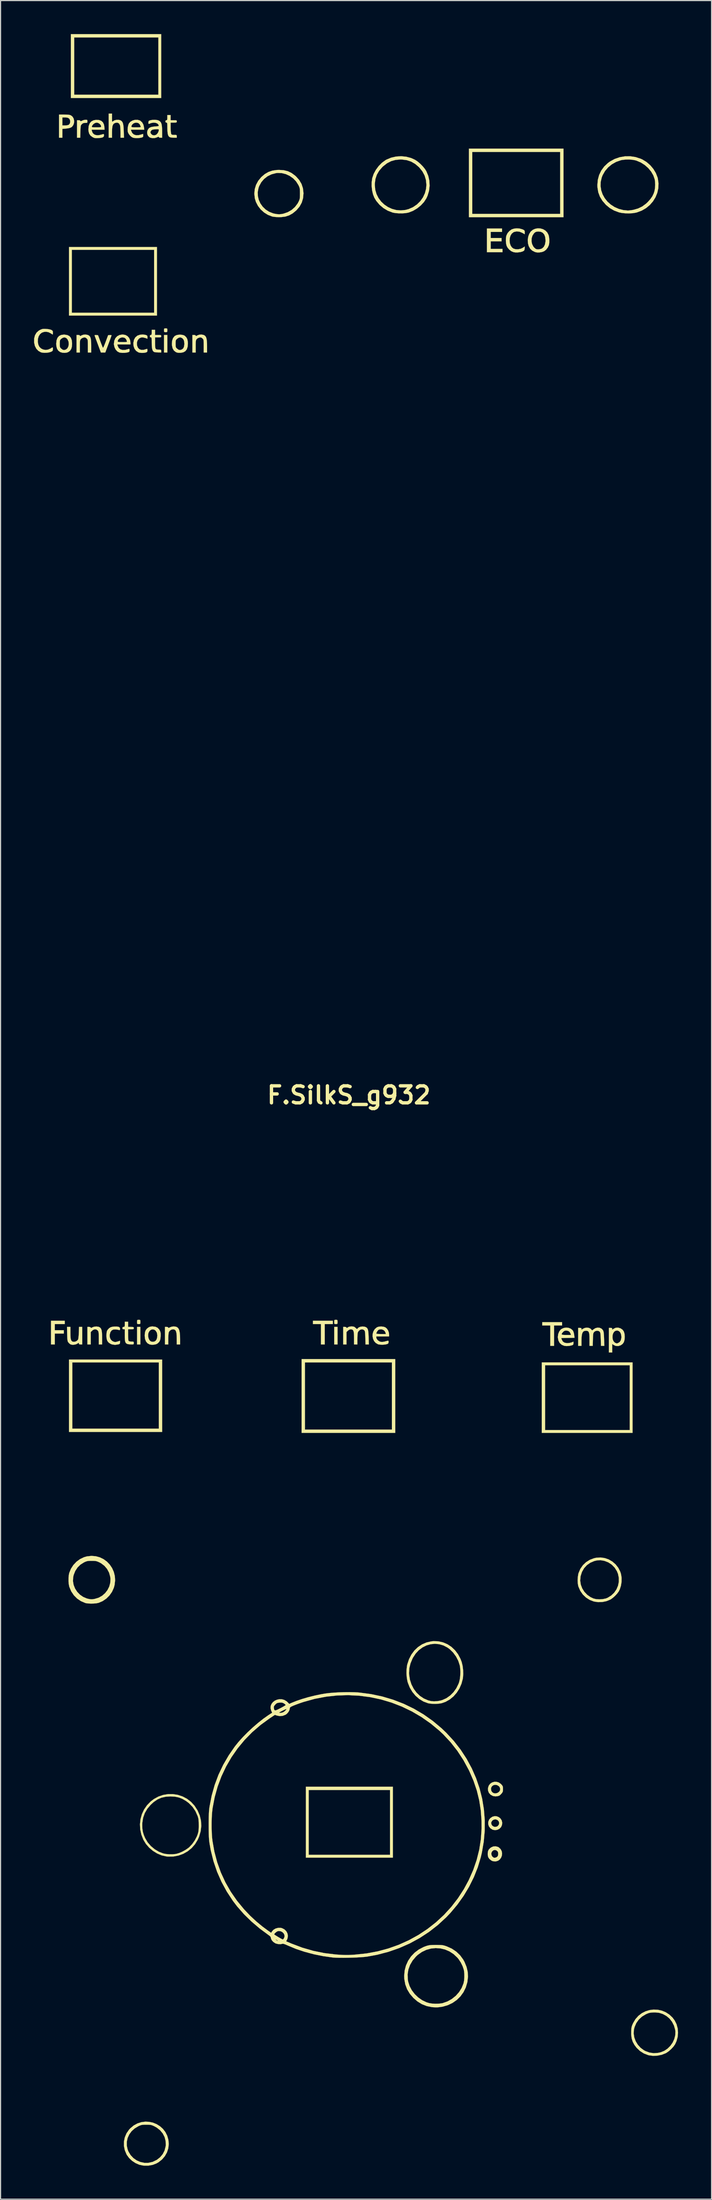
<source format=kicad_pcb>
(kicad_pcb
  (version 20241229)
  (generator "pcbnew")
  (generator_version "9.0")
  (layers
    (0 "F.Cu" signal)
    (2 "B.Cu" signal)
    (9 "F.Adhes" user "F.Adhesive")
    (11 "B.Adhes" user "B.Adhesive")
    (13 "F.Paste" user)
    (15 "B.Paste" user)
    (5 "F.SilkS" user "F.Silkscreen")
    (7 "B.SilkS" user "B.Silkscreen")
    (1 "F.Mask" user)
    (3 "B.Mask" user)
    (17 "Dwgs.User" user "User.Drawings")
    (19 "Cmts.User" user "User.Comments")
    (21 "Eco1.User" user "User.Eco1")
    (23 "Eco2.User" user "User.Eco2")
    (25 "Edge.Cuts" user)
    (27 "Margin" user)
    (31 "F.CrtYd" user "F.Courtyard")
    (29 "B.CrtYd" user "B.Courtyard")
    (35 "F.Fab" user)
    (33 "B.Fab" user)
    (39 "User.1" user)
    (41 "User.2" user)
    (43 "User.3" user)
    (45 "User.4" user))
  (footprint "F.SilkS_g932"
    (layer "F.Cu")
    (at 28.189 94.959)
    (property "Reference" "F.SilkS_g932" (at 0 0 0) (layer "F.SilkS") (effects (font (size 1.524 1.524) (thickness 0.3))))
    (attr through_hole)
    (fp_poly (pts (xy -18.669 22.31) (xy -18.965 22.31) (xy -18.965 20.743) (xy -18.669 20.743) (xy -18.669 22.31)) (stroke (width 0.01) (type solid)) (fill yes) (layer "F.SilkS"))
    (fp_poly (pts (xy -16.256 -66.463) (xy -16.552 -66.463) (xy -16.552 -68.03) (xy -16.256 -68.03) (xy -16.256 -66.463)) (stroke (width 0.01) (type solid)) (fill yes) (layer "F.SilkS"))
    (fp_poly (pts (xy -1.016 22.31) (xy -1.312 22.31) (xy -1.312 20.743) (xy -1.016 20.743) (xy -1.016 22.31)) (stroke (width 0.01) (type solid)) (fill yes) (layer "F.SilkS"))
    (fp_poly (pts (xy -1.439 20.489) (xy -2.159 20.489) (xy -2.159 22.31) (xy -2.498 22.31) (xy -2.498 20.489) (xy -3.217 20.489) (xy -3.217 20.193) (xy -1.439 20.193) (xy -1.439 20.489)) (stroke (width 0.01) (type solid)) (fill yes) (layer "F.SilkS"))
    (fp_poly (pts (xy 19.092 20.616) (xy 18.373 20.616) (xy 18.373 22.437) (xy 18.034 22.437) (xy 18.034 20.616) (xy 17.314 20.616) (xy 17.314 20.32) (xy 19.092 20.32) (xy 19.092 20.616)) (stroke (width 0.01) (type solid)) (fill yes) (layer "F.SilkS"))
    (fp_poly (pts (xy -25.442 20.489) (xy -26.331 20.489) (xy -26.331 21.04) (xy -25.527 21.04) (xy -25.527 21.336) (xy -26.331 21.336) (xy -26.331 22.31) (xy -26.67 22.31) (xy -26.67 20.193) (xy -25.442 20.193) (xy -25.442 20.489)) (stroke (width 0.01) (type solid)) (fill yes) (layer "F.SilkS"))
    (fp_poly (pts (xy -17.187 -69.765) (xy -25.061 -69.765) (xy -25.061 -75.65) (xy -24.807 -75.65) (xy -24.807 -70.019) (xy -17.441 -70.019) (xy -17.441 -75.65) (xy -24.807 -75.65) (xy -25.061 -75.65) (xy -25.061 -75.904) (xy -17.187 -75.904) (xy -17.187 -69.765)) (stroke (width 0.01) (type solid)) (fill yes) (layer "F.SilkS"))
    (fp_poly (pts (xy -16.806 -89.239) (xy -24.892 -89.239) (xy -24.892 -94.657) (xy -24.596 -94.657) (xy -24.596 -89.535) (xy -17.06 -89.535) (xy -17.06 -94.657) (xy -24.596 -94.657) (xy -24.892 -94.657) (xy -24.892 -94.954) (xy -16.806 -94.954) (xy -16.806 -89.239)) (stroke (width 0.01) (type solid)) (fill yes) (layer "F.SilkS"))
    (fp_poly (pts (xy -16.722 30.141) (xy -25.061 30.141) (xy -25.061 23.918) (xy -24.765 23.918) (xy -24.765 29.845) (xy -17.018 29.845) (xy -17.018 23.918) (xy -24.765 23.918) (xy -25.061 23.918) (xy -25.061 23.664) (xy -16.722 23.664) (xy -16.722 30.141)) (stroke (width 0.01) (type solid)) (fill yes) (layer "F.SilkS"))
    (fp_poly (pts (xy 3.937 68.241) (xy -3.852 68.241) (xy -3.852 62.188) (xy -3.598 62.188) (xy -3.598 67.987) (xy 3.683 67.987) (xy 3.683 62.188) (xy -3.598 62.188) (xy -3.852 62.188) (xy -3.852 61.891) (xy 3.937 61.891) (xy 3.937 68.241)) (stroke (width 0.01) (type solid)) (fill yes) (layer "F.SilkS"))
    (fp_poly (pts (xy 4.149 30.226) (xy -4.233 30.226) (xy -4.233 23.918) (xy -3.937 23.918) (xy -3.937 29.93) (xy 3.852 29.93) (xy 3.852 23.918) (xy -3.937 23.918) (xy -4.233 23.918) (xy -4.233 23.622) (xy 4.149 23.622) (xy 4.149 30.226)) (stroke (width 0.01) (type solid)) (fill yes) (layer "F.SilkS"))
    (fp_poly (pts (xy 19.219 -78.571) (xy 10.753 -78.571) (xy 10.753 -84.413) (xy 11.049 -84.413) (xy 11.049 -78.867) (xy 18.923 -78.867) (xy 18.923 -84.413) (xy 11.049 -84.413) (xy 10.753 -84.413) (xy 10.753 -84.709) (xy 19.219 -84.709) (xy 19.219 -78.571)) (stroke (width 0.01) (type solid)) (fill yes) (layer "F.SilkS"))
    (fp_poly (pts (xy 25.4 30.226) (xy 17.272 30.226) (xy 17.272 24.172) (xy 17.568 24.172) (xy 17.568 29.972) (xy 25.146 29.972) (xy 25.146 24.172) (xy 17.568 24.172) (xy 17.272 24.172) (xy 17.272 23.918) (xy 25.4 23.918) (xy 25.4 30.226)) (stroke (width 0.01) (type solid)) (fill yes) (layer "F.SilkS"))
    (fp_poly (pts (xy 13.716 -77.258) (xy 12.7 -77.258) (xy 12.7 -76.708) (xy 13.674 -76.708) (xy 13.674 -76.412) (xy 12.7 -76.412) (xy 12.7 -75.734) (xy 13.758 -75.734) (xy 13.758 -75.438) (xy 12.361 -75.438) (xy 12.361 -77.555) (xy 13.716 -77.555) (xy 13.716 -77.258)) (stroke (width 0.01) (type solid)) (fill yes) (layer "F.SilkS"))
    (fp_poly (pts (xy -18.726 20.112) (xy -18.683 20.14) (xy -18.67 20.214) (xy -18.669 20.299) (xy -18.672 20.416) (xy -18.694 20.471) (xy -18.751 20.488) (xy -18.817 20.489) (xy -18.908 20.485) (xy -18.951 20.458) (xy -18.964 20.384) (xy -18.965 20.299) (xy -18.962 20.182) (xy -18.941 20.126) (xy -18.883 20.11) (xy -18.817 20.108) (xy -18.726 20.112)) (stroke (width 0.01) (type solid)) (fill yes) (layer "F.SilkS"))
    (fp_poly (pts (xy -16.309 -68.617) (xy -16.267 -68.586) (xy -16.256 -68.503) (xy -16.256 -68.453) (xy -16.26 -68.345) (xy -16.288 -68.296) (xy -16.36 -68.284) (xy -16.404 -68.284) (xy -16.499 -68.289) (xy -16.541 -68.32) (xy -16.552 -68.403) (xy -16.552 -68.453) (xy -16.548 -68.561) (xy -16.52 -68.61) (xy -16.448 -68.622) (xy -16.404 -68.622) (xy -16.309 -68.617)) (stroke (width 0.01) (type solid)) (fill yes) (layer "F.SilkS"))
    (fp_poly (pts (xy -1.073 20.112) (xy -1.03 20.14) (xy -1.017 20.214) (xy -1.016 20.299) (xy -1.019 20.416) (xy -1.041 20.471) (xy -1.098 20.488) (xy -1.164 20.489) (xy -1.255 20.485) (xy -1.298 20.458) (xy -1.311 20.384) (xy -1.312 20.299) (xy -1.309 20.182) (xy -1.288 20.126) (xy -1.23 20.11) (xy -1.164 20.108) (xy -1.073 20.112)) (stroke (width 0.01) (type solid)) (fill yes) (layer "F.SilkS"))
    (fp_poly (pts (xy -23.466 -87.286) (xy -23.421 -87.255) (xy -23.41 -87.177) (xy -23.41 -87.15) (xy -23.415 -87.063) (xy -23.443 -87.022) (xy -23.518 -87.011) (xy -23.6 -87.012) (xy -23.74 -87.003) (xy -23.842 -86.956) (xy -23.907 -86.899) (xy -23.955 -86.847) (xy -23.988 -86.795) (xy -24.01 -86.726) (xy -24.023 -86.622) (xy -24.032 -86.468) (xy -24.039 -86.247) (xy -24.039 -86.232) (xy -24.054 -85.683) (xy -24.342 -85.683) (xy -24.342 -87.249) (xy -24.194 -87.249) (xy -24.08 -87.233) (xy -24.045 -87.19) (xy -24.03 -87.16) (xy -23.972 -87.172) (xy -23.888 -87.211) (xy -23.742 -87.265) (xy -23.59 -87.291) (xy -23.571 -87.291) (xy -23.466 -87.286)) (stroke (width 0.01) (type solid)) (fill yes) (layer "F.SilkS"))
    (fp_poly (pts (xy -22.623 -68.022) (xy -22.46 -68.008) (xy -22.255 -67.458) (xy -22.178 -67.256) (xy -22.11 -67.083) (xy -22.057 -66.953) (xy -22.024 -66.884) (xy -22.02 -66.877) (xy -21.995 -66.903) (xy -21.948 -66.996) (xy -21.885 -67.143) (xy -21.81 -67.331) (xy -21.774 -67.427) (xy -21.558 -68.008) (xy -21.405 -68.022) (xy -21.305 -68.022) (xy -21.253 -68.006) (xy -21.251 -68) (xy -21.265 -67.952) (xy -21.304 -67.837) (xy -21.364 -67.669) (xy -21.44 -67.46) (xy -21.528 -67.224) (xy -21.531 -67.215) (xy -21.812 -66.463) (xy -22.205 -66.463) (xy -22.476 -67.194) (xy -22.564 -67.429) (xy -22.642 -67.639) (xy -22.705 -67.811) (xy -22.748 -67.929) (xy -22.767 -67.98) (xy -22.757 -68.016) (xy -22.683 -68.025) (xy -22.623 -68.022)) (stroke (width 0.01) (type solid)) (fill yes) (layer "F.SilkS"))
    (fp_poly (pts (xy -22.428 20.727) (xy -22.352 20.755) (xy -22.26 20.817) (xy -22.192 20.905) (xy -22.145 21.032) (xy -22.116 21.209) (xy -22.101 21.449) (xy -22.098 21.706) (xy -22.098 22.31) (xy -22.394 22.31) (xy -22.394 21.744) (xy -22.396 21.51) (xy -22.401 21.345) (xy -22.412 21.232) (xy -22.431 21.155) (xy -22.46 21.097) (xy -22.482 21.067) (xy -22.603 20.973) (xy -22.747 20.953) (xy -22.897 21.005) (xy -22.99 21.079) (xy -23.114 21.202) (xy -23.114 22.31) (xy -23.41 22.31) (xy -23.41 20.743) (xy -23.262 20.743) (xy -23.152 20.757) (xy -23.114 20.802) (xy -23.114 20.806) (xy -23.101 20.84) (xy -23.051 20.828) (xy -22.976 20.785) (xy -22.812 20.723) (xy -22.615 20.703) (xy -22.428 20.727)) (stroke (width 0.01) (type solid)) (fill yes) (layer "F.SilkS"))
    (fp_poly (pts (xy -15.502 20.718) (xy -15.366 20.775) (xy -15.263 20.879) (xy -15.19 21.037) (xy -15.143 21.257) (xy -15.119 21.547) (xy -15.113 21.85) (xy -15.113 22.31) (xy -15.409 22.31) (xy -15.41 21.833) (xy -15.416 21.528) (xy -15.438 21.299) (xy -15.479 21.135) (xy -15.542 21.029) (xy -15.631 20.972) (xy -15.747 20.955) (xy -15.904 20.991) (xy -16.04 21.086) (xy -16.124 21.214) (xy -16.144 21.311) (xy -16.159 21.469) (xy -16.169 21.664) (xy -16.171 21.829) (xy -16.171 22.31) (xy -16.468 22.31) (xy -16.468 20.743) (xy -16.32 20.743) (xy -16.209 20.757) (xy -16.172 20.802) (xy -16.171 20.806) (xy -16.159 20.84) (xy -16.109 20.828) (xy -16.034 20.785) (xy -15.844 20.716) (xy -15.675 20.701) (xy -15.502 20.718)) (stroke (width 0.01) (type solid)) (fill yes) (layer "F.SilkS"))
    (fp_poly (pts (xy -25.495 -87.757) (xy -25.262 -87.753) (xy -25.094 -87.74) (xy -24.972 -87.715) (xy -24.892 -87.683) (xy -24.743 -87.565) (xy -24.646 -87.401) (xy -24.602 -87.209) (xy -24.611 -87.01) (xy -24.672 -86.823) (xy -24.787 -86.669) (xy -24.875 -86.605) (xy -24.991 -86.56) (xy -25.162 -86.523) (xy -25.33 -86.502) (xy -25.654 -86.475) (xy -25.654 -85.683) (xy -25.95 -85.683) (xy -25.95 -87.503) (xy -25.654 -87.503) (xy -25.654 -86.783) (xy -25.409 -86.783) (xy -25.233 -86.796) (xy -25.103 -86.831) (xy -25.074 -86.847) (xy -24.984 -86.957) (xy -24.948 -87.1) (xy -24.966 -87.251) (xy -25.034 -87.381) (xy -25.13 -87.455) (xy -25.235 -87.484) (xy -25.38 -87.501) (xy -25.444 -87.503) (xy -25.654 -87.503) (xy -25.95 -87.503) (xy -25.95 -87.757) (xy -25.495 -87.757)) (stroke (width 0.01) (type solid)) (fill yes) (layer "F.SilkS"))
    (fp_poly (pts (xy -21.209 -87.458) (xy -21.208 -87.278) (xy -21.203 -87.17) (xy -21.191 -87.121) (xy -21.169 -87.118) (xy -21.139 -87.144) (xy -20.993 -87.237) (xy -20.805 -87.286) (xy -20.609 -87.285) (xy -20.449 -87.238) (xy -20.352 -87.173) (xy -20.279 -87.084) (xy -20.227 -86.959) (xy -20.192 -86.784) (xy -20.169 -86.547) (xy -20.158 -86.289) (xy -20.14 -85.683) (xy -20.447 -85.683) (xy -20.447 -86.159) (xy -20.451 -86.369) (xy -20.462 -86.564) (xy -20.478 -86.719) (xy -20.491 -86.793) (xy -20.567 -86.944) (xy -20.686 -87.025) (xy -20.842 -87.031) (xy -20.972 -86.989) (xy -21.066 -86.926) (xy -21.133 -86.826) (xy -21.177 -86.678) (xy -21.201 -86.471) (xy -21.209 -86.192) (xy -21.209 -86.174) (xy -21.209 -85.683) (xy -21.505 -85.683) (xy -21.505 -87.842) (xy -21.209 -87.842) (xy -21.209 -87.458)) (stroke (width 0.01) (type solid)) (fill yes) (layer "F.SilkS"))
    (fp_poly (pts (xy 13.25 64.543) (xy 13.428 64.617) (xy 13.577 64.74) (xy 13.682 64.905) (xy 13.731 65.104) (xy 13.715 65.303) (xy 13.632 65.497) (xy 13.489 65.647) (xy 13.306 65.744) (xy 13.1 65.779) (xy 12.89 65.743) (xy 12.848 65.726) (xy 12.664 65.604) (xy 12.54 65.437) (xy 12.478 65.243) (xy 12.48 65.151) (xy 12.742 65.151) (xy 12.781 65.301) (xy 12.883 65.418) (xy 13.029 65.482) (xy 13.102 65.49) (xy 13.264 65.455) (xy 13.358 65.386) (xy 13.443 65.251) (xy 13.457 65.108) (xy 13.408 64.975) (xy 13.306 64.871) (xy 13.159 64.816) (xy 13.102 64.812) (xy 12.943 64.848) (xy 12.819 64.945) (xy 12.75 65.082) (xy 12.742 65.151) (xy 12.48 65.151) (xy 12.482 65.04) (xy 12.555 64.845) (xy 12.673 64.698) (xy 12.859 64.576) (xy 13.056 64.527) (xy 13.25 64.543)) (stroke (width 0.01) (type solid)) (fill yes) (layer "F.SilkS"))
    (fp_poly (pts (xy -24.934 21.275) (xy -24.929 21.553) (xy -24.913 21.759) (xy -24.88 21.904) (xy -24.828 21.998) (xy -24.753 22.054) (xy -24.684 22.076) (xy -24.531 22.071) (xy -24.379 22.006) (xy -24.264 21.898) (xy -24.25 21.875) (xy -24.228 21.795) (xy -24.207 21.648) (xy -24.19 21.455) (xy -24.18 21.262) (xy -24.162 20.743) (xy -23.876 20.743) (xy -23.876 22.31) (xy -24.024 22.31) (xy -24.126 22.3) (xy -24.167 22.264) (xy -24.172 22.224) (xy -24.176 22.17) (xy -24.201 22.164) (xy -24.268 22.208) (xy -24.297 22.23) (xy -24.439 22.299) (xy -24.616 22.336) (xy -24.792 22.338) (xy -24.93 22.301) (xy -25.028 22.227) (xy -25.12 22.127) (xy -25.121 22.127) (xy -25.156 22.072) (xy -25.181 22.005) (xy -25.198 21.913) (xy -25.21 21.778) (xy -25.218 21.587) (xy -25.224 21.375) (xy -25.238 20.743) (xy -24.934 20.743) (xy -24.934 21.275)) (stroke (width 0.01) (type solid)) (fill yes) (layer "F.SilkS"))
    (fp_poly (pts (xy -23.378 -68.032) (xy -23.329 -68.01) (xy -23.236 -67.948) (xy -23.168 -67.861) (xy -23.12 -67.739) (xy -23.091 -67.569) (xy -23.076 -67.338) (xy -23.072 -67.06) (xy -23.072 -66.463) (xy -23.368 -66.463) (xy -23.368 -67.037) (xy -23.369 -67.268) (xy -23.372 -67.43) (xy -23.381 -67.539) (xy -23.398 -67.611) (xy -23.426 -67.663) (xy -23.467 -67.709) (xy -23.477 -67.719) (xy -23.57 -67.793) (xy -23.668 -67.811) (xy -23.742 -67.803) (xy -23.894 -67.748) (xy -23.992 -67.669) (xy -24.032 -67.618) (xy -24.058 -67.56) (xy -24.075 -67.478) (xy -24.084 -67.357) (xy -24.087 -67.179) (xy -24.088 -67.011) (xy -24.088 -66.463) (xy -24.384 -66.463) (xy -24.384 -68.03) (xy -24.236 -68.03) (xy -24.126 -68.016) (xy -24.088 -67.971) (xy -24.088 -67.967) (xy -24.075 -67.933) (xy -24.025 -67.945) (xy -23.95 -67.988) (xy -23.774 -68.054) (xy -23.57 -68.069) (xy -23.378 -68.032)) (stroke (width 0.01) (type solid)) (fill yes) (layer "F.SilkS"))
    (fp_poly (pts (xy -13.006 -68.031) (xy -12.957 -68.01) (xy -12.863 -67.941) (xy -12.793 -67.839) (xy -12.745 -67.692) (xy -12.716 -67.489) (xy -12.702 -67.22) (xy -12.7 -67.034) (xy -12.7 -66.463) (xy -12.996 -66.463) (xy -12.996 -67.037) (xy -12.997 -67.268) (xy -13.001 -67.43) (xy -13.01 -67.539) (xy -13.027 -67.611) (xy -13.054 -67.663) (xy -13.095 -67.709) (xy -13.105 -67.719) (xy -13.198 -67.793) (xy -13.296 -67.811) (xy -13.37 -67.803) (xy -13.522 -67.748) (xy -13.621 -67.669) (xy -13.66 -67.618) (xy -13.687 -67.56) (xy -13.703 -67.478) (xy -13.712 -67.357) (xy -13.716 -67.179) (xy -13.716 -67.011) (xy -13.716 -66.463) (xy -14.012 -66.463) (xy -14.012 -68.03) (xy -13.864 -68.03) (xy -13.754 -68.016) (xy -13.716 -67.971) (xy -13.716 -67.967) (xy -13.703 -67.933) (xy -13.653 -67.945) (xy -13.578 -67.988) (xy -13.402 -68.054) (xy -13.197 -68.069) (xy -13.006 -68.031)) (stroke (width 0.01) (type solid)) (fill yes) (layer "F.SilkS"))
    (fp_poly (pts (xy -18.225 -68.043) (xy -18.167 -68.026) (xy -18.074 -67.979) (xy -18.038 -67.908) (xy -18.034 -67.837) (xy -18.034 -67.695) (xy -18.209 -67.756) (xy -18.434 -67.812) (xy -18.618 -67.802) (xy -18.773 -67.724) (xy -18.792 -67.709) (xy -18.919 -67.549) (xy -18.982 -67.348) (xy -18.975 -67.123) (xy -18.97 -67.097) (xy -18.892 -66.894) (xy -18.765 -66.76) (xy -18.592 -66.695) (xy -18.375 -66.7) (xy -18.114 -66.776) (xy -18.087 -66.787) (xy -18.049 -66.772) (xy -18.034 -66.68) (xy -18.034 -66.662) (xy -18.046 -66.556) (xy -18.096 -66.498) (xy -18.167 -66.467) (xy -18.336 -66.433) (xy -18.537 -66.425) (xy -18.73 -66.444) (xy -18.86 -66.481) (xy -19.054 -66.612) (xy -19.196 -66.802) (xy -19.279 -67.037) (xy -19.297 -67.305) (xy -19.295 -67.329) (xy -19.241 -67.599) (xy -19.126 -67.809) (xy -18.952 -67.959) (xy -18.924 -67.975) (xy -18.709 -68.049) (xy -18.463 -68.073) (xy -18.225 -68.043)) (stroke (width 0.01) (type solid)) (fill yes) (layer "F.SilkS"))
    (fp_poly (pts (xy 13.343 67.277) (xy 13.424 67.321) (xy 13.584 67.472) (xy 13.681 67.653) (xy 13.719 67.852) (xy 13.701 68.053) (xy 13.631 68.24) (xy 13.515 68.4) (xy 13.355 68.517) (xy 13.156 68.576) (xy 13.081 68.58) (xy 12.872 68.549) (xy 12.742 68.485) (xy 12.576 68.348) (xy 12.479 68.202) (xy 12.437 68.018) (xy 12.432 67.903) (xy 12.436 67.856) (xy 12.753 67.856) (xy 12.771 68.011) (xy 12.846 68.148) (xy 12.97 68.241) (xy 12.996 68.251) (xy 13.104 68.25) (xy 13.225 68.202) (xy 13.32 68.123) (xy 13.362 68.016) (xy 13.372 67.874) (xy 13.351 67.743) (xy 13.323 67.687) (xy 13.197 67.58) (xy 13.056 67.549) (xy 12.917 67.594) (xy 12.803 67.71) (xy 12.753 67.856) (xy 12.436 67.856) (xy 12.451 67.691) (xy 12.519 67.528) (xy 12.648 67.39) (xy 12.742 67.321) (xy 12.929 67.241) (xy 13.14 67.226) (xy 13.343 67.277)) (stroke (width 0.01) (type solid)) (fill yes) (layer "F.SilkS"))
    (fp_poly (pts (xy -20.621 20.734) (xy -20.528 20.792) (xy -20.491 20.884) (xy -20.489 20.917) (xy -20.496 21.006) (xy -20.529 21.031) (xy -20.585 21.018) (xy -20.685 20.995) (xy -20.824 20.973) (xy -20.882 20.967) (xy -21.084 20.975) (xy -21.236 21.05) (xy -21.344 21.195) (xy -21.361 21.232) (xy -21.418 21.452) (xy -21.408 21.662) (xy -21.339 21.845) (xy -21.215 21.986) (xy -21.09 22.054) (xy -20.975 22.088) (xy -20.878 22.091) (xy -20.758 22.064) (xy -20.703 22.047) (xy -20.489 21.979) (xy -20.489 22.121) (xy -20.498 22.217) (xy -20.542 22.269) (xy -20.644 22.306) (xy -20.648 22.307) (xy -20.936 22.349) (xy -21.203 22.311) (xy -21.337 22.257) (xy -21.51 22.143) (xy -21.626 21.998) (xy -21.69 21.807) (xy -21.709 21.558) (xy -21.708 21.477) (xy -21.696 21.281) (xy -21.673 21.147) (xy -21.634 21.052) (xy -21.609 21.014) (xy -21.472 20.862) (xy -21.324 20.769) (xy -21.136 20.721) (xy -21.007 20.709) (xy -20.778 20.708) (xy -20.621 20.734)) (stroke (width 0.01) (type solid)) (fill yes) (layer "F.SilkS"))
    (fp_poly (pts (xy 13.423 61.514) (xy 13.61 61.644) (xy 13.642 61.676) (xy 13.732 61.78) (xy 13.78 61.868) (xy 13.798 61.975) (xy 13.801 62.1) (xy 13.795 62.253) (xy 13.77 62.358) (xy 13.715 62.448) (xy 13.668 62.505) (xy 13.574 62.604) (xy 13.491 62.676) (xy 13.467 62.692) (xy 13.304 62.743) (xy 13.109 62.756) (xy 12.925 62.729) (xy 12.897 62.72) (xy 12.684 62.604) (xy 12.537 62.438) (xy 12.461 62.232) (xy 12.46 62.095) (xy 12.723 62.095) (xy 12.757 62.27) (xy 12.849 62.398) (xy 12.983 62.474) (xy 13.141 62.491) (xy 13.309 62.446) (xy 13.451 62.347) (xy 13.535 62.216) (xy 13.549 62.066) (xy 13.493 61.918) (xy 13.416 61.832) (xy 13.258 61.742) (xy 13.093 61.719) (xy 12.94 61.756) (xy 12.816 61.846) (xy 12.739 61.982) (xy 12.723 62.095) (xy 12.46 62.095) (xy 12.458 62.012) (xy 12.524 61.798) (xy 12.648 61.631) (xy 12.815 61.515) (xy 13.01 61.454) (xy 13.218 61.452) (xy 13.423 61.514)) (stroke (width 0.01) (type solid)) (fill yes) (layer "F.SilkS"))
    (fp_poly (pts (xy 15.293 -77.554) (xy 15.524 -77.49) (xy 15.547 -77.481) (xy 15.665 -77.423) (xy 15.725 -77.371) (xy 15.746 -77.3) (xy 15.748 -77.218) (xy 15.748 -77.046) (xy 15.522 -77.173) (xy 15.274 -77.275) (xy 15.027 -77.301) (xy 14.798 -77.253) (xy 14.732 -77.222) (xy 14.58 -77.096) (xy 14.472 -76.917) (xy 14.408 -76.703) (xy 14.389 -76.473) (xy 14.415 -76.244) (xy 14.484 -76.036) (xy 14.599 -75.866) (xy 14.732 -75.764) (xy 14.926 -75.705) (xy 15.153 -75.699) (xy 15.381 -75.743) (xy 15.576 -75.834) (xy 15.753 -75.951) (xy 15.74 -75.768) (xy 15.723 -75.648) (xy 15.68 -75.577) (xy 15.585 -75.52) (xy 15.567 -75.511) (xy 15.376 -75.451) (xy 15.144 -75.419) (xy 14.907 -75.418) (xy 14.747 -75.442) (xy 14.551 -75.525) (xy 14.363 -75.668) (xy 14.21 -75.846) (xy 14.122 -76.017) (xy 14.076 -76.223) (xy 14.057 -76.468) (xy 14.065 -76.714) (xy 14.102 -76.92) (xy 14.103 -76.923) (xy 14.205 -77.136) (xy 14.368 -77.328) (xy 14.568 -77.473) (xy 14.577 -77.478) (xy 14.787 -77.547) (xy 15.036 -77.573) (xy 15.293 -77.554)) (stroke (width 0.01) (type solid)) (fill yes) (layer "F.SilkS"))
    (fp_poly (pts (xy -25.453 -68.062) (xy -25.207 -68.021) (xy -25.021 -67.926) (xy -24.891 -67.773) (xy -24.814 -67.557) (xy -24.786 -67.275) (xy -24.786 -67.246) (xy -24.802 -66.99) (xy -24.855 -66.795) (xy -24.951 -66.643) (xy -25.071 -66.534) (xy -25.231 -66.46) (xy -25.432 -66.429) (xy -25.645 -66.441) (xy -25.837 -66.499) (xy -25.853 -66.507) (xy -26.019 -66.629) (xy -26.131 -66.802) (xy -26.191 -67.033) (xy -26.204 -67.246) (xy -25.887 -67.246) (xy -25.885 -67.08) (xy -25.874 -66.973) (xy -25.846 -66.902) (xy -25.794 -66.84) (xy -25.749 -66.799) (xy -25.612 -66.703) (xy -25.482 -66.681) (xy -25.335 -66.729) (xy -25.319 -66.737) (xy -25.198 -66.844) (xy -25.116 -67.006) (xy -25.079 -67.202) (xy -25.096 -67.408) (xy -25.103 -67.436) (xy -25.185 -67.631) (xy -25.302 -67.758) (xy -25.442 -67.813) (xy -25.597 -67.791) (xy -25.749 -67.694) (xy -25.819 -67.627) (xy -25.86 -67.564) (xy -25.88 -67.481) (xy -25.886 -67.353) (xy -25.887 -67.246) (xy -26.204 -67.246) (xy -26.204 -67.253) (xy -26.177 -67.544) (xy -26.094 -67.771) (xy -25.957 -67.934) (xy -25.766 -68.032) (xy -25.521 -68.064) (xy -25.453 -68.062)) (stroke (width 0.01) (type solid)) (fill yes) (layer "F.SilkS"))
    (fp_poly (pts (xy -17.357 -68.03) (xy -17.081 -68.03) (xy -16.934 -68.028) (xy -16.851 -68.017) (xy -16.815 -67.991) (xy -16.806 -67.941) (xy -16.806 -67.924) (xy -16.811 -67.867) (xy -16.838 -67.835) (xy -16.907 -67.821) (xy -17.037 -67.818) (xy -17.081 -67.818) (xy -17.357 -67.818) (xy -17.357 -67.35) (xy -17.354 -67.106) (xy -17.342 -66.934) (xy -17.315 -66.822) (xy -17.266 -66.757) (xy -17.189 -66.726) (xy -17.077 -66.718) (xy -17.038 -66.717) (xy -16.905 -66.715) (xy -16.836 -66.701) (xy -16.81 -66.663) (xy -16.806 -66.591) (xy -16.806 -66.59) (xy -16.806 -66.463) (xy -17.071 -66.466) (xy -17.229 -66.474) (xy -17.364 -66.491) (xy -17.433 -66.508) (xy -17.52 -66.569) (xy -17.584 -66.679) (xy -17.626 -66.846) (xy -17.648 -67.08) (xy -17.653 -67.33) (xy -17.654 -67.539) (xy -17.658 -67.678) (xy -17.668 -67.762) (xy -17.687 -67.803) (xy -17.717 -67.817) (xy -17.738 -67.818) (xy -17.804 -67.843) (xy -17.822 -67.924) (xy -17.802 -68.007) (xy -17.738 -68.03) (xy -17.689 -68.04) (xy -17.663 -68.083) (xy -17.654 -68.181) (xy -17.653 -68.263) (xy -17.653 -68.495) (xy -17.357 -68.495) (xy -17.357 -68.03)) (stroke (width 0.01) (type solid)) (fill yes) (layer "F.SilkS"))
    (fp_poly (pts (xy -17.325 20.729) (xy -17.133 20.817) (xy -16.986 20.97) (xy -16.942 21.044) (xy -16.891 21.153) (xy -16.862 21.259) (xy -16.853 21.39) (xy -16.856 21.576) (xy -16.875 21.801) (xy -16.918 21.966) (xy -16.996 22.095) (xy -17.121 22.212) (xy -17.156 22.24) (xy -17.284 22.298) (xy -17.459 22.332) (xy -17.649 22.34) (xy -17.819 22.316) (xy -17.838 22.31) (xy -18.027 22.209) (xy -18.166 22.043) (xy -18.252 21.818) (xy -18.276 21.595) (xy -17.975 21.595) (xy -17.929 21.787) (xy -17.845 21.944) (xy -17.745 22.035) (xy -17.598 22.076) (xy -17.439 22.061) (xy -17.322 22.002) (xy -17.224 21.872) (xy -17.166 21.692) (xy -17.151 21.489) (xy -17.184 21.289) (xy -17.204 21.234) (xy -17.305 21.074) (xy -17.435 20.983) (xy -17.578 20.959) (xy -17.719 20.997) (xy -17.843 21.096) (xy -17.935 21.251) (xy -17.972 21.394) (xy -17.975 21.595) (xy -18.276 21.595) (xy -18.282 21.542) (xy -18.278 21.417) (xy -18.248 21.195) (xy -18.186 21.03) (xy -18.08 20.898) (xy -17.95 20.796) (xy -17.819 20.731) (xy -17.66 20.703) (xy -17.572 20.701) (xy -17.325 20.729)) (stroke (width 0.01) (type solid)) (fill yes) (layer "F.SilkS"))
    (fp_poly (pts (xy -19.77 20.743) (xy -19.516 20.743) (xy -19.375 20.746) (xy -19.299 20.758) (xy -19.268 20.788) (xy -19.262 20.845) (xy -19.262 20.849) (xy -19.267 20.908) (xy -19.296 20.939) (xy -19.37 20.952) (xy -19.507 20.955) (xy -19.516 20.955) (xy -19.77 20.955) (xy -19.77 21.455) (xy -19.765 21.717) (xy -19.751 21.897) (xy -19.727 21.993) (xy -19.719 22.005) (xy -19.649 22.035) (xy -19.529 22.053) (xy -19.465 22.056) (xy -19.343 22.059) (xy -19.283 22.077) (xy -19.263 22.125) (xy -19.262 22.183) (xy -19.265 22.254) (xy -19.289 22.292) (xy -19.354 22.306) (xy -19.481 22.307) (xy -19.505 22.307) (xy -19.656 22.299) (xy -19.785 22.282) (xy -19.839 22.268) (xy -19.926 22.221) (xy -19.988 22.154) (xy -20.029 22.053) (xy -20.053 21.904) (xy -20.064 21.694) (xy -20.066 21.496) (xy -20.066 20.955) (xy -20.172 20.955) (xy -20.252 20.938) (xy -20.277 20.869) (xy -20.278 20.849) (xy -20.26 20.769) (xy -20.191 20.744) (xy -20.172 20.743) (xy -20.111 20.737) (xy -20.08 20.705) (xy -20.068 20.627) (xy -20.066 20.511) (xy -20.066 20.278) (xy -19.77 20.278) (xy -19.77 20.743)) (stroke (width 0.01) (type solid)) (fill yes) (layer "F.SilkS"))
    (fp_poly (pts (xy -15.96 -87.249) (xy -15.684 -87.249) (xy -15.537 -87.247) (xy -15.454 -87.237) (xy -15.418 -87.21) (xy -15.409 -87.16) (xy -15.409 -87.143) (xy -15.414 -87.086) (xy -15.441 -87.055) (xy -15.51 -87.041) (xy -15.64 -87.037) (xy -15.684 -87.037) (xy -15.96 -87.037) (xy -15.96 -86.596) (xy -15.956 -86.399) (xy -15.945 -86.224) (xy -15.93 -86.094) (xy -15.918 -86.045) (xy -15.886 -85.982) (xy -15.834 -85.95) (xy -15.739 -85.938) (xy -15.643 -85.937) (xy -15.51 -85.935) (xy -15.44 -85.921) (xy -15.414 -85.884) (xy -15.409 -85.813) (xy -15.409 -85.81) (xy -15.409 -85.683) (xy -15.674 -85.683) (xy -15.833 -85.692) (xy -15.973 -85.714) (xy -16.044 -85.737) (xy -16.127 -85.804) (xy -16.186 -85.913) (xy -16.226 -86.077) (xy -16.247 -86.305) (xy -16.254 -86.561) (xy -16.256 -86.768) (xy -16.261 -86.904) (xy -16.272 -86.985) (xy -16.292 -87.024) (xy -16.323 -87.037) (xy -16.341 -87.037) (xy -16.407 -87.062) (xy -16.425 -87.143) (xy -16.405 -87.226) (xy -16.341 -87.249) (xy -16.292 -87.259) (xy -16.266 -87.303) (xy -16.257 -87.4) (xy -16.256 -87.482) (xy -16.256 -87.715) (xy -15.96 -87.715) (xy -15.96 -87.249)) (stroke (width 0.01) (type solid)) (fill yes) (layer "F.SilkS"))
    (fp_poly (pts (xy 24.326 20.872) (xy 24.339 20.879) (xy 24.506 20.995) (xy 24.618 21.149) (xy 24.681 21.353) (xy 24.701 21.62) (xy 24.701 21.632) (xy 24.682 21.902) (xy 24.621 22.109) (xy 24.511 22.264) (xy 24.347 22.382) (xy 24.339 22.386) (xy 24.121 22.457) (xy 23.906 22.447) (xy 23.707 22.357) (xy 23.696 22.349) (xy 23.58 22.265) (xy 23.58 23.029) (xy 23.283 23.029) (xy 23.283 21.68) (xy 23.603 21.68) (xy 23.631 21.867) (xy 23.7 22.028) (xy 23.808 22.145) (xy 23.874 22.179) (xy 23.955 22.209) (xy 23.986 22.222) (xy 24.024 22.212) (xy 24.11 22.183) (xy 24.115 22.181) (xy 24.255 22.09) (xy 24.352 21.933) (xy 24.399 21.722) (xy 24.403 21.632) (xy 24.376 21.411) (xy 24.302 21.236) (xy 24.188 21.118) (xy 24.045 21.065) (xy 23.884 21.085) (xy 23.755 21.172) (xy 23.665 21.313) (xy 23.614 21.489) (xy 23.603 21.68) (xy 23.283 21.68) (xy 23.283 20.828) (xy 23.431 20.828) (xy 23.533 20.837) (xy 23.575 20.874) (xy 23.58 20.914) (xy 23.58 21) (xy 23.696 20.915) (xy 23.894 20.82) (xy 24.108 20.806) (xy 24.326 20.872)) (stroke (width 0.01) (type solid)) (fill yes) (layer "F.SilkS"))
    (fp_poly (pts (xy -14.838 -68.023) (xy -14.703 -67.962) (xy -14.559 -67.824) (xy -14.468 -67.657) (xy -14.424 -67.442) (xy -14.416 -67.269) (xy -14.44 -66.975) (xy -14.514 -66.747) (xy -14.642 -66.583) (xy -14.825 -66.48) (xy -15.066 -66.434) (xy -15.09 -66.433) (xy -15.276 -66.435) (xy -15.419 -66.467) (xy -15.504 -66.506) (xy -15.673 -66.643) (xy -15.784 -66.84) (xy -15.84 -67.098) (xy -15.846 -67.246) (xy -15.515 -67.246) (xy -15.513 -67.08) (xy -15.502 -66.973) (xy -15.474 -66.902) (xy -15.422 -66.84) (xy -15.377 -66.799) (xy -15.24 -66.703) (xy -15.11 -66.681) (xy -14.963 -66.729) (xy -14.95 -66.735) (xy -14.832 -66.831) (xy -14.762 -66.979) (xy -14.733 -67.19) (xy -14.732 -67.251) (xy -14.748 -67.459) (xy -14.8 -67.61) (xy -14.898 -67.728) (xy -14.917 -67.743) (xy -15.059 -67.81) (xy -15.213 -67.796) (xy -15.369 -67.701) (xy -15.377 -67.694) (xy -15.447 -67.627) (xy -15.488 -67.564) (xy -15.508 -67.481) (xy -15.515 -67.353) (xy -15.515 -67.246) (xy -15.846 -67.246) (xy -15.822 -67.528) (xy -15.747 -67.748) (xy -15.617 -67.913) (xy -15.563 -67.956) (xy -15.417 -68.021) (xy -15.228 -68.054) (xy -15.024 -68.055) (xy -14.838 -68.023)) (stroke (width 0.01) (type solid)) (fill yes) (layer "F.SilkS"))
    (fp_poly (pts (xy 19.679 20.828) (xy 19.875 20.907) (xy 20.028 21.035) (xy 20.085 21.121) (xy 20.127 21.235) (xy 20.163 21.389) (xy 20.177 21.479) (xy 20.204 21.715) (xy 19.611 21.726) (xy 19.018 21.738) (xy 19.066 21.882) (xy 19.155 22.046) (xy 19.297 22.148) (xy 19.497 22.19) (xy 19.568 22.192) (xy 19.734 22.178) (xy 19.893 22.145) (xy 19.953 22.125) (xy 20.108 22.06) (xy 20.108 22.203) (xy 20.097 22.305) (xy 20.044 22.36) (xy 19.971 22.389) (xy 19.734 22.441) (xy 19.493 22.457) (xy 19.289 22.434) (xy 19.056 22.338) (xy 18.881 22.182) (xy 18.766 21.97) (xy 18.715 21.706) (xy 18.712 21.631) (xy 18.743 21.384) (xy 18.744 21.382) (xy 19.049 21.382) (xy 19.074 21.427) (xy 19.165 21.452) (xy 19.33 21.462) (xy 19.471 21.463) (xy 19.892 21.463) (xy 19.849 21.34) (xy 19.762 21.182) (xy 19.629 21.095) (xy 19.466 21.07) (xy 19.332 21.084) (xy 19.233 21.14) (xy 19.169 21.204) (xy 19.083 21.309) (xy 19.049 21.382) (xy 18.744 21.382) (xy 18.831 21.162) (xy 18.966 20.986) (xy 19.038 20.929) (xy 19.241 20.836) (xy 19.461 20.803) (xy 19.679 20.828)) (stroke (width 0.01) (type solid)) (fill yes) (layer "F.SilkS"))
    (fp_poly (pts (xy -27.11 -68.572) (xy -27.103 -68.571) (xy -26.908 -68.551) (xy -26.739 -68.516) (xy -26.638 -68.48) (xy -26.547 -68.421) (xy -26.508 -68.347) (xy -26.501 -68.24) (xy -26.505 -68.135) (xy -26.516 -68.076) (xy -26.52 -68.072) (xy -26.564 -68.094) (xy -26.65 -68.148) (xy -26.691 -68.175) (xy -26.897 -68.281) (xy -27.113 -68.319) (xy -27.296 -68.305) (xy -27.498 -68.236) (xy -27.66 -68.1) (xy -27.777 -67.912) (xy -27.843 -67.682) (xy -27.854 -67.421) (xy -27.809 -67.165) (xy -27.715 -66.969) (xy -27.564 -66.822) (xy -27.374 -66.729) (xy -27.158 -66.694) (xy -26.933 -66.721) (xy -26.715 -66.815) (xy -26.666 -66.847) (xy -26.568 -66.911) (xy -26.519 -66.914) (xy -26.502 -66.849) (xy -26.501 -66.768) (xy -26.51 -66.659) (xy -26.552 -66.592) (xy -26.65 -66.534) (xy -26.659 -66.529) (xy -26.832 -66.473) (xy -27.05 -66.441) (xy -27.279 -66.434) (xy -27.483 -66.456) (xy -27.574 -66.48) (xy -27.804 -66.609) (xy -27.986 -66.802) (xy -28.113 -67.049) (xy -28.18 -67.34) (xy -28.184 -67.381) (xy -28.179 -67.713) (xy -28.107 -67.999) (xy -27.97 -68.234) (xy -27.77 -68.415) (xy -27.659 -68.479) (xy -27.528 -68.537) (xy -27.415 -68.569) (xy -27.287 -68.578) (xy -27.11 -68.572)) (stroke (width 0.01) (type solid)) (fill yes) (layer "F.SilkS"))
    (fp_poly (pts (xy 17.162 -77.561) (xy 17.392 -77.493) (xy 17.599 -77.371) (xy 17.767 -77.197) (xy 17.883 -76.973) (xy 17.925 -76.783) (xy 17.946 -76.552) (xy 17.944 -76.316) (xy 17.917 -76.114) (xy 17.908 -76.076) (xy 17.81 -75.858) (xy 17.66 -75.664) (xy 17.488 -75.53) (xy 17.296 -75.456) (xy 17.069 -75.417) (xy 16.844 -75.416) (xy 16.669 -75.453) (xy 16.417 -75.581) (xy 16.231 -75.756) (xy 16.105 -75.985) (xy 16.041 -76.22) (xy 16.025 -76.422) (xy 16.354 -76.422) (xy 16.402 -76.173) (xy 16.511 -75.952) (xy 16.595 -75.851) (xy 16.702 -75.755) (xy 16.794 -75.707) (xy 16.911 -75.693) (xy 16.96 -75.692) (xy 17.176 -75.722) (xy 17.306 -75.778) (xy 17.455 -75.917) (xy 17.555 -76.12) (xy 17.604 -76.379) (xy 17.609 -76.496) (xy 17.582 -76.784) (xy 17.501 -77.009) (xy 17.37 -77.171) (xy 17.191 -77.265) (xy 16.965 -77.29) (xy 16.937 -77.288) (xy 16.789 -77.27) (xy 16.688 -77.229) (xy 16.595 -77.148) (xy 16.571 -77.122) (xy 16.437 -76.918) (xy 16.365 -76.677) (xy 16.354 -76.422) (xy 16.025 -76.422) (xy 16.016 -76.543) (xy 16.067 -76.854) (xy 16.149 -77.075) (xy 16.286 -77.286) (xy 16.47 -77.439) (xy 16.686 -77.535) (xy 16.922 -77.576) (xy 17.162 -77.561)) (stroke (width 0.01) (type solid)) (fill yes) (layer "F.SilkS"))
    (fp_poly (pts (xy -20.019 -68.034) (xy -19.823 -67.927) (xy -19.674 -67.76) (xy -19.584 -67.542) (xy -19.558 -67.325) (xy -19.558 -67.183) (xy -20.737 -67.183) (xy -20.699 -67.049) (xy -20.609 -66.868) (xy -20.465 -66.747) (xy -20.271 -66.689) (xy -20.034 -66.695) (xy -19.76 -66.766) (xy -19.717 -66.782) (xy -19.667 -66.788) (xy -19.646 -66.741) (xy -19.643 -66.663) (xy -19.649 -66.571) (xy -19.683 -66.519) (xy -19.767 -66.485) (xy -19.831 -66.468) (xy -20.055 -66.433) (xy -20.296 -66.428) (xy -20.512 -66.455) (xy -20.554 -66.466) (xy -20.73 -66.559) (xy -20.876 -66.716) (xy -20.981 -66.921) (xy -21.035 -67.155) (xy -21.04 -67.246) (xy -21.01 -67.474) (xy -20.701 -67.474) (xy -20.694 -67.438) (xy -20.662 -67.415) (xy -20.591 -67.402) (xy -20.465 -67.396) (xy -20.275 -67.395) (xy -20.082 -67.395) (xy -19.96 -67.4) (xy -19.893 -67.411) (xy -19.869 -67.433) (xy -19.871 -67.469) (xy -19.877 -67.49) (xy -19.96 -67.671) (xy -20.08 -67.778) (xy -20.245 -67.813) (xy -20.382 -67.8) (xy -20.516 -67.744) (xy -20.629 -67.643) (xy -20.694 -67.524) (xy -20.701 -67.474) (xy -21.01 -67.474) (xy -21.005 -67.518) (xy -20.904 -67.744) (xy -20.745 -67.916) (xy -20.535 -68.028) (xy -20.28 -68.072) (xy -20.256 -68.072) (xy -20.019 -68.034)) (stroke (width 0.01) (type solid)) (fill yes) (layer "F.SilkS"))
    (fp_poly (pts (xy 3.099 20.725) (xy 3.26 20.778) (xy 3.402 20.895) (xy 3.515 21.067) (xy 3.584 21.269) (xy 3.598 21.408) (xy 3.598 21.59) (xy 2.455 21.59) (xy 2.455 21.699) (xy 2.493 21.82) (xy 2.59 21.939) (xy 2.725 22.033) (xy 2.852 22.079) (xy 3.004 22.085) (xy 3.169 22.062) (xy 3.187 22.057) (xy 3.361 22.009) (xy 3.47 21.983) (xy 3.528 21.983) (xy 3.552 22.009) (xy 3.556 22.064) (xy 3.556 22.094) (xy 3.539 22.199) (xy 3.472 22.258) (xy 3.44 22.272) (xy 3.27 22.314) (xy 3.06 22.335) (xy 2.846 22.333) (xy 2.662 22.308) (xy 2.603 22.291) (xy 2.406 22.177) (xy 2.259 22.011) (xy 2.165 21.808) (xy 2.123 21.585) (xy 2.134 21.356) (xy 2.14 21.334) (xy 2.455 21.334) (xy 2.496 21.356) (xy 2.615 21.371) (xy 2.803 21.378) (xy 2.883 21.378) (xy 3.311 21.378) (xy 3.284 21.262) (xy 3.21 21.115) (xy 3.081 21.009) (xy 2.92 20.956) (xy 2.75 20.965) (xy 2.665 20.999) (xy 2.589 21.068) (xy 2.514 21.177) (xy 2.464 21.288) (xy 2.455 21.334) (xy 2.14 21.334) (xy 2.199 21.137) (xy 2.318 20.944) (xy 2.492 20.792) (xy 2.543 20.763) (xy 2.702 20.715) (xy 2.9 20.703) (xy 3.099 20.725)) (stroke (width 0.01) (type solid)) (fill yes) (layer "F.SilkS"))
    (fp_poly (pts (xy -22.368 -87.266) (xy -22.163 -87.188) (xy -22.015 -87.048) (xy -21.925 -86.845) (xy -21.895 -86.657) (xy -21.876 -86.402) (xy -23.039 -86.402) (xy -23.01 -86.286) (xy -22.936 -86.104) (xy -22.814 -85.985) (xy -22.688 -85.931) (xy -22.535 -85.905) (xy -22.357 -85.916) (xy -22.134 -85.968) (xy -22.024 -86.001) (xy -21.958 -86.012) (xy -21.932 -85.973) (xy -21.929 -85.901) (xy -21.944 -85.805) (xy -22 -85.739) (xy -22.107 -85.694) (xy -22.279 -85.666) (xy -22.431 -85.653) (xy -22.609 -85.646) (xy -22.733 -85.654) (xy -22.835 -85.682) (xy -22.945 -85.735) (xy -23.132 -85.872) (xy -23.254 -86.05) (xy -23.315 -86.279) (xy -23.324 -86.445) (xy -23.302 -86.666) (xy -23.017 -86.666) (xy -23.006 -86.639) (xy -22.959 -86.623) (xy -22.863 -86.616) (xy -22.703 -86.614) (xy -22.609 -86.614) (xy -22.416 -86.615) (xy -22.292 -86.62) (xy -22.222 -86.633) (xy -22.191 -86.656) (xy -22.183 -86.693) (xy -22.183 -86.702) (xy -22.22 -86.815) (xy -22.315 -86.923) (xy -22.443 -87.005) (xy -22.578 -87.037) (xy -22.581 -87.037) (xy -22.733 -87) (xy -22.876 -86.905) (xy -22.981 -86.774) (xy -23.008 -86.709) (xy -23.017 -86.666) (xy -23.302 -86.666) (xy -23.295 -86.737) (xy -23.209 -86.967) (xy -23.066 -87.135) (xy -22.866 -87.24) (xy -22.629 -87.282) (xy -22.368 -87.266)) (stroke (width 0.01) (type solid)) (fill yes) (layer "F.SilkS"))
    (fp_poly (pts (xy -18.727 -87.23) (xy -18.667 -87.196) (xy -18.504 -87.045) (xy -18.399 -86.847) (xy -18.349 -86.625) (xy -18.319 -86.402) (xy -19.521 -86.402) (xy -19.494 -86.307) (xy -19.401 -86.106) (xy -19.258 -85.974) (xy -19.066 -85.909) (xy -18.829 -85.914) (xy -18.644 -85.957) (xy -18.524 -85.993) (xy -18.444 -86.016) (xy -18.426 -86.021) (xy -18.418 -85.984) (xy -18.415 -85.893) (xy -18.415 -85.878) (xy -18.422 -85.788) (xy -18.457 -85.738) (xy -18.543 -85.704) (xy -18.603 -85.688) (xy -18.833 -85.652) (xy -19.079 -85.648) (xy -19.298 -85.678) (xy -19.331 -85.686) (xy -19.468 -85.76) (xy -19.607 -85.887) (xy -19.722 -86.041) (xy -19.79 -86.194) (xy -19.794 -86.213) (xy -19.81 -86.418) (xy -19.791 -86.639) (xy -19.779 -86.693) (xy -19.473 -86.693) (xy -19.466 -86.657) (xy -19.434 -86.634) (xy -19.363 -86.621) (xy -19.237 -86.615) (xy -19.047 -86.614) (xy -18.855 -86.615) (xy -18.732 -86.619) (xy -18.666 -86.63) (xy -18.641 -86.652) (xy -18.643 -86.688) (xy -18.649 -86.709) (xy -18.732 -86.89) (xy -18.853 -86.997) (xy -19.018 -87.033) (xy -19.154 -87.019) (xy -19.289 -86.963) (xy -19.401 -86.863) (xy -19.466 -86.743) (xy -19.473 -86.693) (xy -19.779 -86.693) (xy -19.744 -86.843) (xy -19.686 -86.972) (xy -19.549 -87.121) (xy -19.36 -87.226) (xy -19.144 -87.283) (xy -18.925 -87.286) (xy -18.727 -87.23)) (stroke (width 0.01) (type solid)) (fill yes) (layer "F.SilkS"))
    (fp_poly (pts (xy 0.387 20.708) (xy 0.485 20.737) (xy 0.571 20.801) (xy 0.603 20.832) (xy 0.687 20.909) (xy 0.736 20.929) (xy 0.768 20.9) (xy 0.771 20.895) (xy 0.868 20.799) (xy 1.02 20.734) (xy 1.2 20.705) (xy 1.381 20.716) (xy 1.518 20.761) (xy 1.601 20.815) (xy 1.662 20.888) (xy 1.707 20.992) (xy 1.736 21.141) (xy 1.756 21.346) (xy 1.768 21.62) (xy 1.769 21.685) (xy 1.786 22.31) (xy 1.488 22.31) (xy 1.474 21.721) (xy 1.467 21.48) (xy 1.458 21.309) (xy 1.444 21.192) (xy 1.424 21.115) (xy 1.395 21.062) (xy 1.38 21.044) (xy 1.261 20.968) (xy 1.123 20.96) (xy 0.985 21.013) (xy 0.867 21.12) (xy 0.802 21.237) (xy 0.786 21.321) (xy 0.773 21.467) (xy 0.764 21.654) (xy 0.762 21.826) (xy 0.762 22.31) (xy 0.466 22.31) (xy 0.466 21.757) (xy 0.461 21.474) (xy 0.446 21.265) (xy 0.416 21.119) (xy 0.366 21.026) (xy 0.293 20.976) (xy 0.192 20.957) (xy 0.155 20.956) (xy 0.022 20.994) (xy -0.088 21.079) (xy -0.212 21.202) (xy -0.212 22.31) (xy -0.508 22.31) (xy -0.508 20.743) (xy -0.36 20.743) (xy -0.252 20.756) (xy -0.213 20.798) (xy -0.212 20.81) (xy -0.201 20.847) (xy -0.157 20.831) (xy -0.1 20.789) (xy 0.012 20.728) (xy 0.164 20.703) (xy 0.242 20.701) (xy 0.387 20.708)) (stroke (width 0.01) (type solid)) (fill yes) (layer "F.SilkS"))
    (fp_poly (pts (xy 22.466 20.824) (xy 22.631 20.903) (xy 22.748 21.034) (xy 22.782 21.105) (xy 22.807 21.193) (xy 22.825 21.316) (xy 22.838 21.487) (xy 22.848 21.722) (xy 22.851 21.806) (xy 22.872 22.437) (xy 22.575 22.437) (xy 22.556 21.845) (xy 22.546 21.601) (xy 22.535 21.427) (xy 22.52 21.309) (xy 22.498 21.231) (xy 22.468 21.179) (xy 22.459 21.168) (xy 22.341 21.095) (xy 22.194 21.082) (xy 22.05 21.128) (xy 21.968 21.191) (xy 21.926 21.241) (xy 21.897 21.296) (xy 21.878 21.372) (xy 21.865 21.487) (xy 21.857 21.656) (xy 21.851 21.868) (xy 21.837 22.437) (xy 21.548 22.437) (xy 21.548 21.884) (xy 21.544 21.601) (xy 21.529 21.393) (xy 21.498 21.247) (xy 21.448 21.155) (xy 21.375 21.104) (xy 21.274 21.084) (xy 21.229 21.083) (xy 21.091 21.101) (xy 20.986 21.163) (xy 20.911 21.277) (xy 20.862 21.45) (xy 20.836 21.692) (xy 20.828 21.982) (xy 20.828 22.437) (xy 20.532 22.437) (xy 20.532 20.828) (xy 20.68 20.828) (xy 20.782 20.837) (xy 20.823 20.874) (xy 20.828 20.916) (xy 20.828 21.003) (xy 20.946 20.919) (xy 21.12 20.835) (xy 21.309 20.806) (xy 21.492 20.83) (xy 21.644 20.905) (xy 21.723 20.991) (xy 21.76 21.041) (xy 21.798 21.046) (xy 21.862 21) (xy 21.911 20.958) (xy 22.086 20.849) (xy 22.278 20.805) (xy 22.466 20.824)) (stroke (width 0.01) (type solid)) (fill yes) (layer "F.SilkS"))
    (fp_poly (pts (xy -17.138 -87.258) (xy -17.03 -87.22) (xy -16.919 -87.151) (xy -16.837 -87.056) (xy -16.78 -86.923) (xy -16.745 -86.74) (xy -16.727 -86.495) (xy -16.723 -86.244) (xy -16.722 -85.683) (xy -16.87 -85.683) (xy -16.983 -85.698) (xy -17.018 -85.742) (xy -17.034 -85.772) (xy -17.091 -85.76) (xy -17.175 -85.72) (xy -17.375 -85.656) (xy -17.59 -85.646) (xy -17.787 -85.691) (xy -17.852 -85.723) (xy -17.98 -85.846) (xy -18.05 -86.008) (xy -18.059 -86.128) (xy -17.767 -86.128) (xy -17.703 -86.02) (xy -17.692 -86.006) (xy -17.574 -85.917) (xy -17.425 -85.894) (xy -17.273 -85.939) (xy -17.239 -85.96) (xy -17.132 -86.071) (xy -17.051 -86.218) (xy -17.018 -86.36) (xy -17.018 -86.363) (xy -17.023 -86.41) (xy -17.052 -86.436) (xy -17.121 -86.445) (xy -17.25 -86.441) (xy -17.319 -86.437) (xy -17.487 -86.423) (xy -17.594 -86.4) (xy -17.663 -86.361) (xy -17.7 -86.322) (xy -17.766 -86.218) (xy -17.767 -86.128) (xy -18.059 -86.128) (xy -18.064 -86.189) (xy -18.02 -86.365) (xy -17.921 -86.515) (xy -17.827 -86.588) (xy -17.669 -86.648) (xy -17.441 -86.684) (xy -17.351 -86.69) (xy -17.195 -86.703) (xy -17.078 -86.72) (xy -17.021 -86.739) (xy -17.018 -86.743) (xy -17.056 -86.865) (xy -17.157 -86.958) (xy -17.306 -87.016) (xy -17.483 -87.033) (xy -17.673 -87.005) (xy -17.765 -86.974) (xy -17.877 -86.928) (xy -17.931 -86.921) (xy -17.948 -86.961) (xy -17.949 -87.052) (xy -17.94 -87.146) (xy -17.897 -87.199) (xy -17.797 -87.239) (xy -17.786 -87.242) (xy -17.573 -87.282) (xy -17.346 -87.287) (xy -17.138 -87.258)) (stroke (width 0.01) (type solid)) (fill yes) (layer "F.SilkS"))
    (fp_poly (pts (xy -17.878 91.884) (xy -17.534 91.961) (xy -17.209 92.094) (xy -16.911 92.281) (xy -16.648 92.518) (xy -16.431 92.8) (xy -16.266 93.126) (xy -16.162 93.491) (xy -16.129 93.867) (xy -16.17 94.252) (xy -16.288 94.619) (xy -16.478 94.955) (xy -16.731 95.251) (xy -17.041 95.496) (xy -17.238 95.608) (xy -17.574 95.737) (xy -17.934 95.801) (xy -18.334 95.801) (xy -18.433 95.793) (xy -18.771 95.72) (xy -19.104 95.575) (xy -19.413 95.371) (xy -19.68 95.12) (xy -19.888 94.834) (xy -19.906 94.801) (xy -20.063 94.425) (xy -20.141 94.038) (xy -20.141 93.667) (xy -19.886 93.667) (xy -19.886 94.017) (xy -19.808 94.368) (xy -19.736 94.545) (xy -19.543 94.865) (xy -19.293 95.13) (xy -18.998 95.336) (xy -18.67 95.478) (xy -18.32 95.552) (xy -17.958 95.552) (xy -17.598 95.475) (xy -17.543 95.455) (xy -17.194 95.285) (xy -16.901 95.055) (xy -16.668 94.774) (xy -16.502 94.45) (xy -16.409 94.089) (xy -16.395 93.967) (xy -16.408 93.596) (xy -16.499 93.246) (xy -16.664 92.926) (xy -16.897 92.643) (xy -17.196 92.405) (xy -17.434 92.272) (xy -17.574 92.21) (xy -17.691 92.17) (xy -17.813 92.149) (xy -17.968 92.14) (xy -18.14 92.138) (xy -18.343 92.141) (xy -18.49 92.151) (xy -18.609 92.176) (xy -18.728 92.219) (xy -18.848 92.273) (xy -19.181 92.473) (xy -19.456 92.721) (xy -19.667 93.009) (xy -19.812 93.328) (xy -19.886 93.667) (xy -20.141 93.667) (xy -20.141 93.651) (xy -20.064 93.273) (xy -19.912 92.915) (xy -19.686 92.588) (xy -19.58 92.472) (xy -19.271 92.213) (xy -18.937 92.029) (xy -18.588 91.915) (xy -18.232 91.868) (xy -17.878 91.884)) (stroke (width 0.01) (type solid)) (fill yes) (layer "F.SilkS"))
    (fp_poly (pts (xy 22.915 41.43) (xy 23.271 41.555) (xy 23.597 41.746) (xy 23.884 41.996) (xy 24.121 42.297) (xy 24.298 42.644) (xy 24.367 42.857) (xy 24.421 43.189) (xy 24.418 43.546) (xy 24.362 43.901) (xy 24.258 44.228) (xy 24.159 44.423) (xy 24.026 44.604) (xy 23.849 44.796) (xy 23.654 44.973) (xy 23.468 45.111) (xy 23.416 45.141) (xy 23.073 45.283) (xy 22.697 45.362) (xy 22.311 45.374) (xy 21.942 45.317) (xy 21.933 45.314) (xy 21.564 45.172) (xy 21.232 44.96) (xy 20.949 44.688) (xy 20.722 44.364) (xy 20.561 43.998) (xy 20.532 43.902) (xy 20.494 43.672) (xy 20.486 43.458) (xy 20.715 43.458) (xy 20.768 43.81) (xy 20.893 44.143) (xy 21.084 44.447) (xy 21.333 44.711) (xy 21.635 44.925) (xy 21.9 45.048) (xy 22.145 45.106) (xy 22.431 45.124) (xy 22.727 45.104) (xy 23.002 45.047) (xy 23.164 44.985) (xy 23.488 44.786) (xy 23.754 44.533) (xy 23.959 44.236) (xy 24.1 43.907) (xy 24.172 43.556) (xy 24.172 43.195) (xy 24.095 42.834) (xy 24.003 42.606) (xy 23.803 42.287) (xy 23.543 42.02) (xy 23.234 41.815) (xy 22.888 41.681) (xy 22.883 41.679) (xy 22.556 41.622) (xy 22.251 41.631) (xy 21.975 41.694) (xy 21.614 41.848) (xy 21.306 42.066) (xy 21.057 42.342) (xy 20.869 42.672) (xy 20.75 43.048) (xy 20.74 43.098) (xy 20.715 43.458) (xy 20.486 43.458) (xy 20.484 43.398) (xy 20.501 43.114) (xy 20.543 42.855) (xy 20.567 42.767) (xy 20.726 42.397) (xy 20.951 42.072) (xy 21.235 41.8) (xy 21.57 41.589) (xy 21.947 41.445) (xy 22.152 41.4) (xy 22.538 41.376) (xy 22.915 41.43)) (stroke (width 0.01) (type solid)) (fill yes) (layer "F.SilkS"))
    (fp_poly (pts (xy 27.658 81.852) (xy 28.023 81.932) (xy 28.371 82.076) (xy 28.695 82.285) (xy 28.983 82.559) (xy 29.174 82.815) (xy 29.34 83.148) (xy 29.44 83.517) (xy 29.472 83.905) (xy 29.437 84.295) (xy 29.335 84.67) (xy 29.208 84.945) (xy 29.065 85.148) (xy 28.871 85.359) (xy 28.654 85.554) (xy 28.438 85.705) (xy 28.372 85.742) (xy 28.017 85.88) (xy 27.631 85.96) (xy 27.239 85.977) (xy 26.867 85.928) (xy 26.808 85.914) (xy 26.42 85.766) (xy 26.069 85.545) (xy 25.764 85.256) (xy 25.568 84.996) (xy 25.416 84.715) (xy 25.322 84.416) (xy 25.28 84.08) (xy 25.28 83.991) (xy 25.502 83.991) (xy 25.559 84.341) (xy 25.685 84.677) (xy 25.875 84.987) (xy 26.12 85.258) (xy 26.415 85.476) (xy 26.553 85.55) (xy 26.92 85.685) (xy 27.292 85.739) (xy 27.68 85.712) (xy 27.921 85.659) (xy 28.244 85.529) (xy 28.536 85.333) (xy 28.788 85.083) (xy 28.992 84.791) (xy 29.14 84.469) (xy 29.225 84.131) (xy 29.238 83.789) (xy 29.218 83.64) (xy 29.11 83.265) (xy 28.935 82.925) (xy 28.703 82.632) (xy 28.436 82.41) (xy 28.112 82.231) (xy 27.784 82.127) (xy 27.426 82.09) (xy 27.282 82.092) (xy 27.077 82.105) (xy 26.919 82.13) (xy 26.774 82.175) (xy 26.604 82.249) (xy 26.582 82.26) (xy 26.242 82.466) (xy 25.957 82.731) (xy 25.734 83.047) (xy 25.58 83.404) (xy 25.522 83.64) (xy 25.502 83.991) (xy 25.28 83.991) (xy 25.28 83.792) (xy 25.291 83.585) (xy 25.31 83.431) (xy 25.345 83.297) (xy 25.403 83.153) (xy 25.454 83.043) (xy 25.664 82.69) (xy 25.925 82.397) (xy 26.228 82.164) (xy 26.562 81.993) (xy 26.918 81.883) (xy 27.286 81.836) (xy 27.658 81.852)) (stroke (width 0.01) (type solid)) (fill yes) (layer "F.SilkS"))
    (fp_poly (pts (xy -22.664 41.265) (xy -22.299 41.366) (xy -21.964 41.529) (xy -21.665 41.748) (xy -21.409 42.016) (xy -21.202 42.325) (xy -21.049 42.669) (xy -20.957 43.04) (xy -20.932 43.431) (xy -20.979 43.836) (xy -21.047 44.09) (xy -21.208 44.448) (xy -21.436 44.774) (xy -21.719 45.055) (xy -22.046 45.278) (xy -22.402 45.432) (xy -22.434 45.441) (xy -22.621 45.478) (xy -22.856 45.499) (xy -23.108 45.504) (xy -23.348 45.492) (xy -23.545 45.464) (xy -23.603 45.449) (xy -23.991 45.284) (xy -24.335 45.051) (xy -24.627 44.757) (xy -24.86 44.41) (xy -25.027 44.017) (xy -25.037 43.984) (xy -25.082 43.758) (xy -25.103 43.499) (xy -24.705 43.499) (xy -24.645 43.84) (xy -24.516 44.162) (xy -24.326 44.454) (xy -24.082 44.706) (xy -23.793 44.907) (xy -23.466 45.045) (xy -23.314 45.083) (xy -23.167 45.11) (xy -23.057 45.12) (xy -22.947 45.114) (xy -22.801 45.09) (xy -22.751 45.081) (xy -22.406 44.977) (xy -22.097 44.805) (xy -21.831 44.574) (xy -21.615 44.296) (xy -21.457 43.982) (xy -21.365 43.642) (xy -21.347 43.287) (xy -21.367 43.11) (xy -21.471 42.738) (xy -21.647 42.407) (xy -21.887 42.123) (xy -22.186 41.896) (xy -22.34 41.813) (xy -22.487 41.748) (xy -22.608 41.707) (xy -22.735 41.686) (xy -22.897 41.678) (xy -23.029 41.677) (xy -23.229 41.68) (xy -23.374 41.692) (xy -23.494 41.72) (xy -23.619 41.768) (xy -23.707 41.809) (xy -24.027 42.008) (xy -24.294 42.268) (xy -24.501 42.582) (xy -24.642 42.94) (xy -24.688 43.15) (xy -24.705 43.499) (xy -25.103 43.499) (xy -25.104 43.484) (xy -25.101 43.197) (xy -25.075 42.93) (xy -25.038 42.757) (xy -24.886 42.385) (xy -24.667 42.048) (xy -24.392 41.757) (xy -24.071 41.521) (xy -23.715 41.352) (xy -23.461 41.279) (xy -23.053 41.234) (xy -22.664 41.265)) (stroke (width 0.01) (type solid)) (fill yes) (layer "F.SilkS"))
    (fp_poly (pts (xy -5.831 -82.775) (xy -5.468 -82.686) (xy -5.137 -82.528) (xy -4.82 -82.295) (xy -4.728 -82.213) (xy -4.446 -81.896) (xy -4.241 -81.547) (xy -4.115 -81.164) (xy -4.066 -80.748) (xy -4.065 -80.687) (xy -4.104 -80.266) (xy -4.219 -79.879) (xy -4.413 -79.525) (xy -4.685 -79.204) (xy -4.728 -79.162) (xy -5.036 -78.911) (xy -5.351 -78.735) (xy -5.69 -78.626) (xy -6.071 -78.578) (xy -6.262 -78.574) (xy -6.468 -78.582) (xy -6.667 -78.6) (xy -6.827 -78.624) (xy -6.871 -78.634) (xy -7.247 -78.779) (xy -7.59 -78.992) (xy -7.891 -79.262) (xy -8.138 -79.579) (xy -8.321 -79.932) (xy -8.42 -80.256) (xy -8.466 -80.672) (xy -8.451 -80.832) (xy -8.16 -80.832) (xy -8.152 -80.474) (xy -8.072 -80.128) (xy -7.925 -79.804) (xy -7.718 -79.511) (xy -7.457 -79.259) (xy -7.149 -79.059) (xy -6.798 -78.919) (xy -6.678 -78.889) (xy -6.436 -78.845) (xy -6.235 -78.832) (xy -6.036 -78.851) (xy -5.852 -78.888) (xy -5.47 -79.019) (xy -5.126 -79.218) (xy -4.831 -79.478) (xy -4.595 -79.788) (xy -4.524 -79.916) (xy -4.462 -80.044) (xy -4.422 -80.148) (xy -4.397 -80.252) (xy -4.386 -80.38) (xy -4.382 -80.555) (xy -4.381 -80.687) (xy -4.383 -80.901) (xy -4.389 -81.053) (xy -4.406 -81.168) (xy -4.436 -81.269) (xy -4.486 -81.38) (xy -4.524 -81.458) (xy -4.729 -81.778) (xy -4.992 -82.05) (xy -5.301 -82.268) (xy -5.643 -82.426) (xy -6.006 -82.516) (xy -6.375 -82.531) (xy -6.544 -82.512) (xy -6.936 -82.406) (xy -7.289 -82.231) (xy -7.594 -81.993) (xy -7.844 -81.7) (xy -8.03 -81.358) (xy -8.09 -81.191) (xy -8.16 -80.832) (xy -8.451 -80.832) (xy -8.429 -81.078) (xy -8.312 -81.465) (xy -8.117 -81.827) (xy -7.847 -82.155) (xy -7.837 -82.165) (xy -7.527 -82.43) (xy -7.198 -82.62) (xy -6.839 -82.741) (xy -6.436 -82.798) (xy -6.241 -82.803) (xy -5.831 -82.775)) (stroke (width 0.01) (type solid)) (fill yes) (layer "F.SilkS"))
    (fp_poly (pts (xy 5.138 -83.983) (xy 5.572 -83.867) (xy 5.922 -83.708) (xy 6.156 -83.552) (xy 6.399 -83.345) (xy 6.628 -83.11) (xy 6.821 -82.87) (xy 6.933 -82.69) (xy 7.108 -82.271) (xy 7.207 -81.828) (xy 7.229 -81.375) (xy 7.175 -80.923) (xy 7.043 -80.487) (xy 6.935 -80.251) (xy 6.721 -79.925) (xy 6.441 -79.624) (xy 6.112 -79.359) (xy 5.751 -79.145) (xy 5.375 -78.996) (xy 5.303 -78.976) (xy 5.065 -78.934) (xy 4.778 -78.914) (xy 4.474 -78.916) (xy 4.185 -78.938) (xy 3.941 -78.981) (xy 3.909 -78.99) (xy 3.485 -79.153) (xy 3.094 -79.387) (xy 2.747 -79.681) (xy 2.456 -80.026) (xy 2.279 -80.319) (xy 2.161 -80.621) (xy 2.08 -80.973) (xy 2.04 -81.349) (xy 2.041 -81.441) (xy 2.321 -81.441) (xy 2.361 -81.026) (xy 2.474 -80.639) (xy 2.653 -80.285) (xy 2.889 -79.969) (xy 3.175 -79.699) (xy 3.502 -79.478) (xy 3.861 -79.314) (xy 4.245 -79.212) (xy 4.646 -79.178) (xy 5.055 -79.218) (xy 5.35 -79.296) (xy 5.746 -79.47) (xy 6.096 -79.71) (xy 6.395 -80.004) (xy 6.636 -80.345) (xy 6.812 -80.722) (xy 6.916 -81.128) (xy 6.943 -81.471) (xy 6.902 -81.9) (xy 6.782 -82.302) (xy 6.581 -82.677) (xy 6.302 -83.023) (xy 6.266 -83.059) (xy 5.933 -83.342) (xy 5.576 -83.547) (xy 5.186 -83.676) (xy 4.756 -83.732) (xy 4.613 -83.735) (xy 4.183 -83.699) (xy 3.789 -83.59) (xy 3.423 -83.403) (xy 3.079 -83.136) (xy 2.981 -83.042) (xy 2.702 -82.716) (xy 2.503 -82.373) (xy 2.379 -82) (xy 2.324 -81.588) (xy 2.321 -81.441) (xy 2.041 -81.441) (xy 2.044 -81.722) (xy 2.094 -82.066) (xy 2.096 -82.074) (xy 2.221 -82.443) (xy 2.416 -82.806) (xy 2.666 -83.144) (xy 2.958 -83.439) (xy 3.276 -83.673) (xy 3.373 -83.727) (xy 3.789 -83.9) (xy 4.232 -84) (xy 4.686 -84.027) (xy 5.138 -83.983)) (stroke (width 0.01) (type solid)) (fill yes) (layer "F.SilkS"))
    (fp_poly (pts (xy 8.015 48.88) (xy 8.433 48.975) (xy 8.825 49.142) (xy 9.183 49.379) (xy 9.502 49.679) (xy 9.774 50.037) (xy 9.993 50.448) (xy 10.102 50.736) (xy 10.182 51.067) (xy 10.229 51.437) (xy 10.24 51.811) (xy 10.214 52.155) (xy 10.203 52.223) (xy 10.083 52.676) (xy 9.899 53.097) (xy 9.657 53.477) (xy 9.365 53.81) (xy 9.03 54.085) (xy 8.66 54.294) (xy 8.312 54.416) (xy 8.078 54.457) (xy 7.8 54.476) (xy 7.512 54.474) (xy 7.247 54.45) (xy 7.081 54.418) (xy 6.68 54.267) (xy 6.308 54.043) (xy 5.974 53.754) (xy 5.687 53.41) (xy 5.453 53.019) (xy 5.282 52.589) (xy 5.246 52.464) (xy 5.188 52.15) (xy 5.16 51.796) (xy 5.161 51.703) (xy 5.388 51.703) (xy 5.394 51.846) (xy 5.464 52.307) (xy 5.602 52.737) (xy 5.803 53.128) (xy 6.059 53.475) (xy 6.365 53.768) (xy 6.715 54) (xy 7.103 54.165) (xy 7.366 54.231) (xy 7.619 54.252) (xy 7.91 54.235) (xy 8.204 54.183) (xy 8.357 54.14) (xy 8.727 53.974) (xy 9.068 53.735) (xy 9.369 53.434) (xy 9.622 53.081) (xy 9.817 52.685) (xy 9.871 52.536) (xy 9.934 52.272) (xy 9.972 51.959) (xy 9.985 51.627) (xy 9.971 51.308) (xy 9.929 51.033) (xy 9.929 51.033) (xy 9.795 50.623) (xy 9.593 50.234) (xy 9.334 49.882) (xy 9.03 49.584) (xy 8.83 49.437) (xy 8.464 49.247) (xy 8.083 49.136) (xy 7.697 49.101) (xy 7.314 49.14) (xy 6.942 49.249) (xy 6.591 49.425) (xy 6.268 49.667) (xy 5.983 49.972) (xy 5.743 50.336) (xy 5.694 50.431) (xy 5.516 50.861) (xy 5.415 51.279) (xy 5.388 51.703) (xy 5.161 51.703) (xy 5.164 51.436) (xy 5.198 51.103) (xy 5.23 50.945) (xy 5.384 50.48) (xy 5.599 50.064) (xy 5.869 49.7) (xy 6.189 49.395) (xy 6.552 49.154) (xy 6.954 48.981) (xy 7.387 48.883) (xy 7.578 48.864) (xy 8.015 48.88)) (stroke (width 0.01) (type solid)) (fill yes) (layer "F.SilkS"))
    (fp_poly (pts (xy 25.677 -83.95) (xy 26.139 -83.798) (xy 26.289 -83.73) (xy 26.654 -83.507) (xy 26.984 -83.222) (xy 27.265 -82.888) (xy 27.487 -82.519) (xy 27.639 -82.13) (xy 27.663 -82.038) (xy 27.725 -81.6) (xy 27.708 -81.168) (xy 27.616 -80.75) (xy 27.455 -80.355) (xy 27.231 -79.991) (xy 26.949 -79.666) (xy 26.613 -79.387) (xy 26.23 -79.164) (xy 25.804 -79.004) (xy 25.689 -78.974) (xy 25.405 -78.928) (xy 25.077 -78.91) (xy 24.738 -78.919) (xy 24.42 -78.954) (xy 24.172 -79.009) (xy 23.747 -79.169) (xy 23.374 -79.383) (xy 23.035 -79.663) (xy 23.005 -79.692) (xy 22.701 -80.041) (xy 22.477 -80.409) (xy 22.331 -80.802) (xy 22.26 -81.229) (xy 22.255 -81.353) (xy 22.536 -81.353) (xy 22.594 -80.973) (xy 22.72 -80.61) (xy 22.909 -80.272) (xy 23.153 -79.966) (xy 23.449 -79.7) (xy 23.79 -79.479) (xy 24.171 -79.312) (xy 24.586 -79.206) (xy 24.968 -79.168) (xy 25.101 -79.175) (xy 25.279 -79.196) (xy 25.465 -79.228) (xy 25.476 -79.23) (xy 25.897 -79.35) (xy 26.269 -79.53) (xy 26.608 -79.781) (xy 26.756 -79.921) (xy 26.994 -80.185) (xy 27.169 -80.435) (xy 27.294 -80.693) (xy 27.367 -80.922) (xy 27.412 -81.177) (xy 27.429 -81.467) (xy 27.418 -81.753) (xy 27.386 -81.957) (xy 27.262 -82.314) (xy 27.065 -82.654) (xy 26.807 -82.966) (xy 26.497 -83.24) (xy 26.148 -83.463) (xy 25.771 -83.626) (xy 25.627 -83.668) (xy 25.376 -83.712) (xy 25.08 -83.732) (xy 24.774 -83.727) (xy 24.493 -83.698) (xy 24.361 -83.671) (xy 23.936 -83.523) (xy 23.552 -83.308) (xy 23.216 -83.033) (xy 22.937 -82.707) (xy 22.724 -82.336) (xy 22.645 -82.138) (xy 22.551 -81.744) (xy 22.536 -81.353) (xy 22.255 -81.353) (xy 22.251 -81.449) (xy 22.29 -81.911) (xy 22.407 -82.345) (xy 22.6 -82.746) (xy 22.865 -83.107) (xy 23.197 -83.421) (xy 23.375 -83.55) (xy 23.799 -83.782) (xy 24.252 -83.939) (xy 24.723 -84.019) (xy 25.202 -84.023) (xy 25.677 -83.95)) (stroke (width 0.01) (type solid)) (fill yes) (layer "F.SilkS"))
    (fp_poly (pts (xy -15.743 62.555) (xy -15.305 62.626) (xy -14.885 62.767) (xy -14.491 62.975) (xy -14.134 63.25) (xy -13.824 63.59) (xy -13.815 63.601) (xy -13.544 64.025) (xy -13.353 64.471) (xy -13.243 64.932) (xy -13.216 65.403) (xy -13.271 65.878) (xy -13.409 66.352) (xy -13.531 66.632) (xy -13.776 67.035) (xy -14.079 67.383) (xy -14.434 67.671) (xy -14.831 67.897) (xy -15.262 68.054) (xy -15.718 68.138) (xy -16.189 68.145) (xy -16.362 68.127) (xy -16.772 68.032) (xy -17.173 67.862) (xy -17.55 67.628) (xy -17.889 67.339) (xy -18.177 67.005) (xy -18.401 66.636) (xy -18.403 66.633) (xy -18.582 66.174) (xy -18.683 65.708) (xy -18.702 65.32) (xy -18.503 65.32) (xy -18.49 65.654) (xy -18.444 65.945) (xy -18.356 66.228) (xy -18.236 66.506) (xy -18.015 66.875) (xy -17.726 67.208) (xy -17.384 67.492) (xy -17.002 67.718) (xy -16.616 67.866) (xy -16.379 67.913) (xy -16.095 67.937) (xy -15.8 67.938) (xy -15.529 67.914) (xy -15.443 67.899) (xy -15.189 67.823) (xy -14.907 67.701) (xy -14.628 67.547) (xy -14.382 67.379) (xy -14.291 67.303) (xy -14.029 67.025) (xy -13.796 66.695) (xy -13.613 66.345) (xy -13.543 66.162) (xy -13.497 66.009) (xy -13.468 65.867) (xy -13.451 65.71) (xy -13.443 65.513) (xy -13.443 65.32) (xy -13.446 65.075) (xy -13.457 64.891) (xy -13.477 64.744) (xy -13.511 64.61) (xy -13.542 64.516) (xy -13.739 64.076) (xy -14.003 63.689) (xy -14.332 63.356) (xy -14.578 63.171) (xy -14.903 62.981) (xy -15.225 62.854) (xy -15.569 62.783) (xy -15.962 62.76) (xy -15.981 62.76) (xy -16.41 62.789) (xy -16.792 62.877) (xy -17.142 63.032) (xy -17.474 63.26) (xy -17.738 63.5) (xy -18.046 63.861) (xy -18.275 64.251) (xy -18.424 64.671) (xy -18.496 65.124) (xy -18.503 65.32) (xy -18.702 65.32) (xy -18.706 65.242) (xy -18.655 64.785) (xy -18.531 64.345) (xy -18.337 63.931) (xy -18.075 63.552) (xy -17.748 63.215) (xy -17.463 62.998) (xy -17.057 62.774) (xy -16.628 62.627) (xy -16.187 62.555) (xy -15.743 62.555)) (stroke (width 0.01) (type solid)) (fill yes) (layer "F.SilkS"))
    (fp_poly (pts (xy 8.054 76.054) (xy 8.235 76.06) (xy 8.376 76.073) (xy 8.5 76.097) (xy 8.629 76.135) (xy 8.765 76.182) (xy 9.217 76.385) (xy 9.615 76.651) (xy 9.957 76.977) (xy 10.236 77.359) (xy 10.351 77.567) (xy 10.534 78.012) (xy 10.638 78.448) (xy 10.664 78.887) (xy 10.614 79.343) (xy 10.602 79.403) (xy 10.466 79.862) (xy 10.259 80.281) (xy 9.988 80.655) (xy 9.659 80.977) (xy 9.28 81.241) (xy 8.857 81.443) (xy 8.397 81.577) (xy 8.001 81.631) (xy 7.801 81.636) (xy 7.577 81.628) (xy 7.44 81.617) (xy 6.973 81.523) (xy 6.54 81.353) (xy 6.138 81.106) (xy 5.777 80.794) (xy 5.456 80.419) (xy 5.214 80.017) (xy 5.052 79.585) (xy 4.967 79.121) (xy 4.953 78.825) (xy 4.965 78.678) (xy 5.26 78.678) (xy 5.274 79.122) (xy 5.31 79.338) (xy 5.436 79.733) (xy 5.634 80.108) (xy 5.895 80.451) (xy 6.208 80.752) (xy 6.561 80.999) (xy 6.944 81.182) (xy 7.188 81.257) (xy 7.438 81.298) (xy 7.728 81.316) (xy 8.025 81.31) (xy 8.293 81.281) (xy 8.405 81.258) (xy 8.829 81.109) (xy 9.221 80.889) (xy 9.57 80.609) (xy 9.866 80.276) (xy 10.101 79.901) (xy 10.265 79.492) (xy 10.268 79.481) (xy 10.317 79.238) (xy 10.341 78.95) (xy 10.339 78.652) (xy 10.313 78.379) (xy 10.292 78.274) (xy 10.184 77.95) (xy 10.021 77.619) (xy 9.82 77.315) (xy 9.718 77.191) (xy 9.384 76.877) (xy 9.014 76.634) (xy 8.615 76.462) (xy 8.198 76.362) (xy 7.773 76.333) (xy 7.348 76.376) (xy 6.932 76.492) (xy 6.536 76.68) (xy 6.169 76.941) (xy 6.011 77.088) (xy 5.705 77.448) (xy 5.477 77.837) (xy 5.328 78.249) (xy 5.26 78.678) (xy 4.965 78.678) (xy 4.994 78.348) (xy 5.112 77.896) (xy 5.303 77.474) (xy 5.56 77.09) (xy 5.879 76.752) (xy 6.255 76.466) (xy 6.681 76.241) (xy 6.921 76.15) (xy 7.058 76.109) (xy 7.188 76.081) (xy 7.334 76.064) (xy 7.516 76.055) (xy 7.758 76.052) (xy 7.811 76.052) (xy 8.054 76.054)) (stroke (width 0.01) (type solid)) (fill yes) (layer "F.SilkS"))
    (fp_poly (pts (xy 0.477 53.437) (xy 0.849 53.457) (xy 0.917 53.463) (xy 1.962 53.6) (xy 2.978 53.814) (xy 3.961 54.106) (xy 4.91 54.472) (xy 5.821 54.912) (xy 6.692 55.425) (xy 7.519 56.01) (xy 8.301 56.665) (xy 8.721 57.065) (xy 9.399 57.8) (xy 10.006 58.577) (xy 10.541 59.394) (xy 11.002 60.245) (xy 11.389 61.126) (xy 11.7 62.034) (xy 11.934 62.964) (xy 12.089 63.911) (xy 12.166 64.872) (xy 12.162 65.842) (xy 12.076 66.817) (xy 11.908 67.793) (xy 11.809 68.212) (xy 11.541 69.103) (xy 11.193 69.98) (xy 10.769 70.834) (xy 10.275 71.659) (xy 9.715 72.444) (xy 9.094 73.184) (xy 8.72 73.575) (xy 7.973 74.264) (xy 7.174 74.886) (xy 6.329 75.438) (xy 5.44 75.921) (xy 4.509 76.331) (xy 3.541 76.668) (xy 2.538 76.931) (xy 1.672 77.091) (xy 1.415 77.123) (xy 1.095 77.15) (xy 0.729 77.172) (xy 0.334 77.188) (xy -0.07 77.199) (xy -0.466 77.204) (xy -0.836 77.202) (xy -1.163 77.193) (xy -1.427 77.176) (xy -1.482 77.17) (xy -2.319 77.052) (xy -3.152 76.883) (xy -3.961 76.667) (xy -4.728 76.411) (xy -5.437 76.118) (xy -5.484 76.096) (xy -5.695 76.004) (xy -5.843 75.955) (xy -5.934 75.946) (xy -5.95 75.95) (xy -6.127 75.985) (xy -6.336 75.974) (xy -6.54 75.922) (xy -6.605 75.893) (xy -6.766 75.784) (xy -6.893 75.644) (xy -6.936 75.562) (xy -6.563 75.562) (xy -6.519 75.604) (xy -6.433 75.664) (xy -6.372 75.69) (xy -6.371 75.69) (xy -6.363 75.673) (xy -6.392 75.648) (xy -6.49 75.586) (xy -6.551 75.556) (xy -6.563 75.562) (xy -6.936 75.562) (xy -6.97 75.496) (xy -6.985 75.41) (xy -7.013 75.325) (xy -7.103 75.232) (xy -7.184 75.173) (xy -7.279 75.102) (xy -6.689 75.102) (xy -6.655 75.134) (xy -6.565 75.195) (xy -6.439 75.274) (xy -6.295 75.361) (xy -6.152 75.445) (xy -6.029 75.513) (xy -5.943 75.555) (xy -5.918 75.563) (xy -5.875 75.534) (xy -5.823 75.471) (xy -5.761 75.319) (xy -5.769 75.164) (xy -5.836 75.021) (xy -5.951 74.904) (xy -6.1 74.827) (xy -6.273 74.805) (xy -6.364 74.819) (xy -6.45 74.86) (xy -6.55 74.934) (xy -6.637 75.018) (xy -6.686 75.088) (xy -6.689 75.102) (xy -7.279 75.102) (xy -7.982 74.583) (xy -8.723 73.955) (xy -9.398 73.294) (xy -10.002 72.608) (xy -10.379 72.115) (xy -10.932 71.275) (xy -11.405 70.406) (xy -11.801 69.507) (xy -12.119 68.573) (xy -12.362 67.604) (xy -12.476 66.971) (xy -12.501 66.787) (xy -12.521 66.591) (xy -12.535 66.37) (xy -12.544 66.109) (xy -12.55 65.795) (xy -12.552 65.412) (xy -12.552 65.32) (xy -12.551 65.134) (xy -12.29 65.134) (xy -12.289 65.591) (xy -12.275 66.033) (xy -12.249 66.435) (xy -12.218 66.717) (xy -12.044 67.702) (xy -11.792 68.652) (xy -11.464 69.567) (xy -11.059 70.446) (xy -10.577 71.289) (xy -10.019 72.096) (xy -9.384 72.866) (xy -8.841 73.437) (xy -8.295 73.945) (xy -7.724 74.417) (xy -7.257 74.76) (xy -6.958 74.967) (xy -6.886 74.846) (xy -6.752 74.696) (xy -6.564 74.586) (xy -6.346 74.525) (xy -6.123 74.52) (xy -5.994 74.548) (xy -5.773 74.659) (xy -5.606 74.822) (xy -5.5 75.021) (xy -5.461 75.241) (xy -5.495 75.468) (xy -5.539 75.574) (xy -5.617 75.727) (xy -5.148 75.927) (xy -4.186 76.291) (xy -3.199 76.577) (xy -2.197 76.782) (xy -1.186 76.904) (xy -1.035 76.916) (xy -0.726 76.935) (xy -0.475 76.948) (xy -0.257 76.953) (xy -0.045 76.951) (xy 0.186 76.942) (xy 0.462 76.925) (xy 0.572 76.918) (xy 1.592 76.81) (xy 2.586 76.624) (xy 3.55 76.364) (xy 4.482 76.031) (xy 5.376 75.628) (xy 6.231 75.158) (xy 7.041 74.622) (xy 7.803 74.024) (xy 8.514 73.365) (xy 9.17 72.648) (xy 9.767 71.876) (xy 10.302 71.05) (xy 10.733 70.252) (xy 11.131 69.353) (xy 11.444 68.444) (xy 11.674 67.521) (xy 11.821 66.584) (xy 11.885 65.632) (xy 11.881 64.96) (xy 11.812 64.017) (xy 11.671 63.111) (xy 11.456 62.231) (xy 11.162 61.365) (xy 10.789 60.503) (xy 10.733 60.389) (xy 10.255 59.508) (xy 9.715 58.683) (xy 9.113 57.915) (xy 8.451 57.206) (xy 8.107 56.882) (xy 7.325 56.234) (xy 6.502 55.657) (xy 5.641 55.152) (xy 4.747 54.721) (xy 3.824 54.364) (xy 2.878 54.082) (xy 1.913 53.877) (xy 0.934 53.748) (xy -0.056 53.698) (xy -1.051 53.726) (xy -2.047 53.835) (xy -3.039 54.024) (xy -4.022 54.295) (xy -4.318 54.393) (xy -4.537 54.471) (xy -4.753 54.551) (xy -4.938 54.624) (xy -5.048 54.67) (xy -5.184 54.736) (xy -5.258 54.789) (xy -5.288 54.847) (xy -5.292 54.891) (xy -5.326 55.044) (xy -5.416 55.208) (xy -5.544 55.356) (xy -5.667 55.448) (xy -5.916 55.545) (xy -6.181 55.572) (xy -6.434 55.526) (xy -6.623 55.46) (xy -7.099 55.777) (xy -7.905 56.363) (xy -8.653 57.008) (xy -9.338 57.707) (xy -9.959 58.456) (xy -10.513 59.252) (xy -10.998 60.09) (xy -11.412 60.967) (xy -11.752 61.879) (xy -12.015 62.822) (xy -12.2 63.792) (xy -12.218 63.923) (xy -12.255 64.276) (xy -12.279 64.688) (xy -12.29 65.134) (xy -12.551 65.134) (xy -12.55 64.922) (xy -12.546 64.594) (xy -12.537 64.323) (xy -12.524 64.094) (xy -12.506 63.894) (xy -12.482 63.709) (xy -12.476 63.669) (xy -12.283 62.683) (xy -12.017 61.736) (xy -11.676 60.823) (xy -11.257 59.941) (xy -10.758 59.085) (xy -10.211 58.293) (xy -9.883 57.885) (xy -9.494 57.454) (xy -9.062 57.017) (xy -8.601 56.587) (xy -8.127 56.179) (xy -7.658 55.808) (xy -7.208 55.49) (xy -7.128 55.438) (xy -6.873 55.274) (xy -6.245 55.274) (xy -6.204 55.288) (xy -6.123 55.286) (xy -6.021 55.269) (xy -5.919 55.239) (xy -5.874 55.219) (xy -5.761 55.144) (xy -5.661 55.053) (xy -5.599 54.969) (xy -5.589 54.938) (xy -5.623 54.942) (xy -5.71 54.977) (xy -5.832 55.032) (xy -5.968 55.099) (xy -6.097 55.168) (xy -6.2 55.228) (xy -6.223 55.243) (xy -6.245 55.274) (xy -6.873 55.274) (xy -6.87 55.272) (xy -6.953 55.084) (xy -7.012 54.864) (xy -7.003 54.736) (xy -6.72 54.736) (xy -6.72 54.831) (xy -6.717 54.851) (xy -6.695 54.963) (xy -6.663 55.033) (xy -6.61 55.062) (xy -6.524 55.049) (xy -6.391 54.995) (xy -6.201 54.9) (xy -6.126 54.862) (xy -5.947 54.766) (xy -5.799 54.682) (xy -5.697 54.618) (xy -5.654 54.582) (xy -5.654 54.581) (xy -5.688 54.538) (xy -5.768 54.471) (xy -5.802 54.448) (xy -5.904 54.389) (xy -6.009 54.364) (xy -6.152 54.363) (xy -6.197 54.366) (xy -6.347 54.382) (xy -6.447 54.415) (xy -6.532 54.48) (xy -6.594 54.544) (xy -6.683 54.651) (xy -6.72 54.736) (xy -7.003 54.736) (xy -6.998 54.659) (xy -6.922 54.475) (xy -6.795 54.317) (xy -6.628 54.191) (xy -6.431 54.104) (xy -6.216 54.06) (xy -5.994 54.066) (xy -5.776 54.128) (xy -5.573 54.251) (xy -5.502 54.315) (xy -5.337 54.48) (xy -5.113 54.381) (xy -4.677 54.207) (xy -4.177 54.038) (xy -3.637 53.88) (xy -3.076 53.74) (xy -2.517 53.622) (xy -2.095 53.55) (xy -1.742 53.507) (xy -1.327 53.472) (xy -0.875 53.447) (xy -0.407 53.433) (xy 0.051 53.429) (xy 0.477 53.437)) (stroke (width 0.01) (type solid)) (fill yes) (layer "F.SilkS")))
  (gr_rect
    (start -3 -3)
    (end 60.666 193.765)
    (stroke (width 0.1) (type default))
    (fill no)
    (layer "Edge.Cuts")))
</source>
